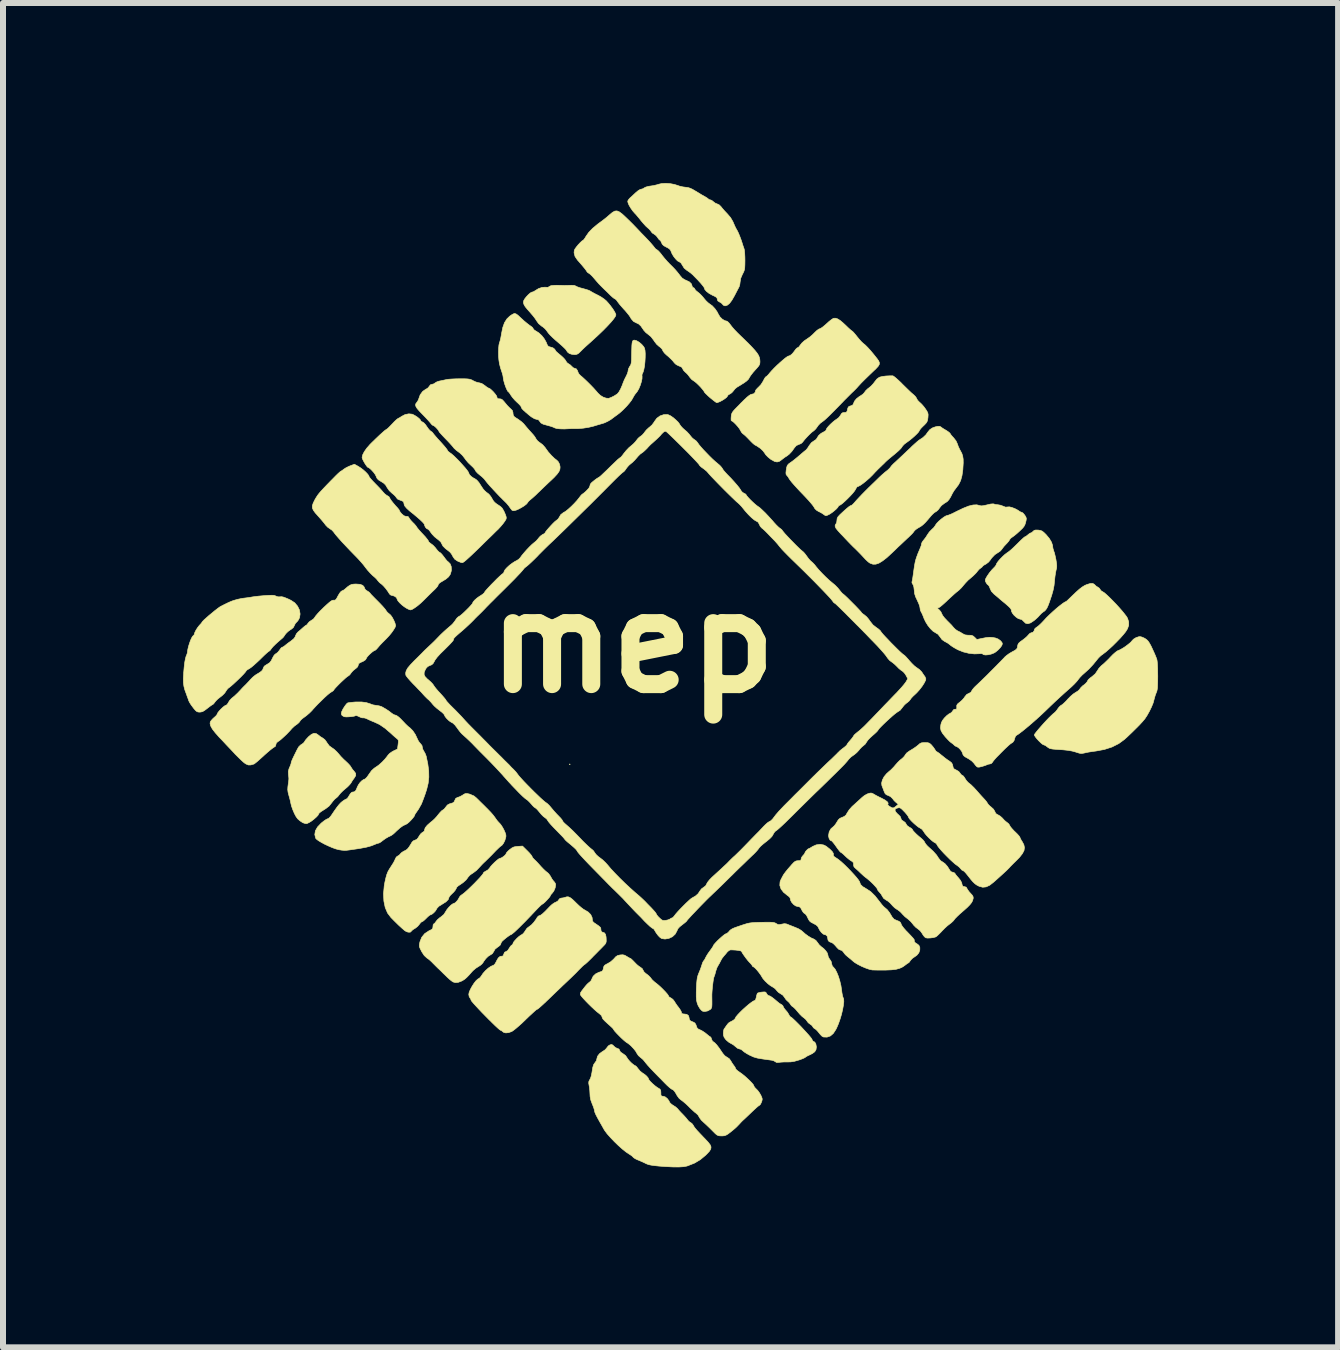
<source format=kicad_pcb>
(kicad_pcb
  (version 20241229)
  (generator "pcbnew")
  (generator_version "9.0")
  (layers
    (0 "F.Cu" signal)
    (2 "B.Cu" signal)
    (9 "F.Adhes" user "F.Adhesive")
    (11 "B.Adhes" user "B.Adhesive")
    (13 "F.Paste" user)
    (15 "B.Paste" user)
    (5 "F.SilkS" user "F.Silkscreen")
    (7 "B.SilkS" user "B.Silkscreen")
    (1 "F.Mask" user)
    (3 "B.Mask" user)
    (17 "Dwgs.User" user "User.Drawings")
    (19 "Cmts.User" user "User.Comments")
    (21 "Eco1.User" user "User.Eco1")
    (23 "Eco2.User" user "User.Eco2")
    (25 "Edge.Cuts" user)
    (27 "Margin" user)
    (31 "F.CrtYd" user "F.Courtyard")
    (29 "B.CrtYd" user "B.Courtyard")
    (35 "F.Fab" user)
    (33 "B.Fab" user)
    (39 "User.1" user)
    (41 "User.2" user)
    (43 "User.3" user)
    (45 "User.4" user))
  (footprint "mep"
    (layer "F.Cu")
    (at 7.491 7.659)
    (property "Reference" "mep" (at 0 0 0) (layer "F.SilkS") (effects (font (size 1.524 1.524) (thickness 0.3))))
    (attr through_hole)
    (fp_poly (pts (xy -1.041 2.026) (xy -1.048 2.032) (xy -1.054 2.026) (xy -1.048 2.019) (xy -1.041 2.026)) (stroke (width 0.01) (type solid)) (fill yes) (layer "F.SilkS"))
    (fp_poly (pts (xy -0.974 -5.954) (xy -0.943 -5.941) (xy -0.92 -5.929) (xy -0.88 -5.915) (xy -0.832 -5.902) (xy -0.828 -5.901) (xy -0.777 -5.887) (xy -0.731 -5.872) (xy -0.701 -5.857) (xy -0.701 -5.856) (xy -0.672 -5.839) (xy -0.63 -5.816) (xy -0.582 -5.792) (xy -0.579 -5.791) (xy -0.527 -5.762) (xy -0.476 -5.727) (xy -0.44 -5.697) (xy -0.402 -5.655) (xy -0.364 -5.607) (xy -0.328 -5.558) (xy -0.3 -5.513) (xy -0.283 -5.478) (xy -0.279 -5.462) (xy -0.289 -5.436) (xy -0.316 -5.396) (xy -0.359 -5.344) (xy -0.417 -5.281) (xy -0.486 -5.21) (xy -0.566 -5.133) (xy -0.655 -5.051) (xy -0.736 -4.978) (xy -0.782 -4.937) (xy -0.828 -4.894) (xy -0.865 -4.857) (xy -0.867 -4.855) (xy -0.9 -4.823) (xy -0.927 -4.807) (xy -0.956 -4.801) (xy -0.971 -4.801) (xy -1.014 -4.806) (xy -1.052 -4.818) (xy -1.056 -4.82) (xy -1.084 -4.842) (xy -1.099 -4.864) (xy -1.111 -4.883) (xy -1.139 -4.912) (xy -1.178 -4.949) (xy -1.211 -4.978) (xy -1.28 -5.037) (xy -1.333 -5.085) (xy -1.373 -5.124) (xy -1.403 -5.158) (xy -1.426 -5.189) (xy -1.43 -5.196) (xy -1.46 -5.232) (xy -1.5 -5.265) (xy -1.512 -5.272) (xy -1.567 -5.317) (xy -1.599 -5.362) (xy -1.625 -5.402) (xy -1.661 -5.449) (xy -1.7 -5.494) (xy -1.7 -5.495) (xy -1.754 -5.555) (xy -1.791 -5.601) (xy -1.812 -5.638) (xy -1.82 -5.668) (xy -1.817 -5.695) (xy -1.816 -5.697) (xy -1.799 -5.728) (xy -1.771 -5.764) (xy -1.738 -5.799) (xy -1.706 -5.827) (xy -1.681 -5.841) (xy -1.675 -5.842) (xy -1.651 -5.849) (xy -1.624 -5.866) (xy -1.569 -5.9) (xy -1.511 -5.92) (xy -1.459 -5.924) (xy -1.452 -5.923) (xy -1.411 -5.922) (xy -1.386 -5.936) (xy -1.372 -5.945) (xy -1.35 -5.951) (xy -1.318 -5.954) (xy -1.27 -5.956) (xy -1.203 -5.955) (xy -1.137 -5.953) (xy -1.091 -5.954) (xy -1.039 -5.955) (xy -1.026 -5.956) (xy -0.974 -5.954)) (stroke (width 0.01) (type solid)) (fill yes) (layer "F.SilkS"))
    (fp_poly (pts (xy -5.272 1.514) (xy -5.235 1.539) (xy -5.2 1.567) (xy -5.163 1.589) (xy -5.163 1.589) (xy -5.129 1.615) (xy -5.098 1.657) (xy -5.094 1.665) (xy -5.054 1.719) (xy -5.008 1.752) (xy -4.971 1.778) (xy -4.93 1.817) (xy -4.901 1.849) (xy -4.862 1.895) (xy -4.815 1.943) (xy -4.78 1.975) (xy -4.742 2.011) (xy -4.709 2.047) (xy -4.691 2.075) (xy -4.667 2.112) (xy -4.64 2.143) (xy -4.615 2.177) (xy -4.614 2.213) (xy -4.638 2.253) (xy -4.64 2.256) (xy -4.668 2.294) (xy -4.691 2.333) (xy -4.711 2.36) (xy -4.745 2.396) (xy -4.785 2.431) (xy -4.788 2.433) (xy -4.829 2.468) (xy -4.865 2.504) (xy -4.889 2.532) (xy -4.889 2.533) (xy -4.914 2.565) (xy -4.941 2.588) (xy -4.943 2.589) (xy -4.966 2.608) (xy -4.994 2.64) (xy -5.017 2.67) (xy -5.058 2.721) (xy -5.112 2.763) (xy -5.147 2.785) (xy -5.188 2.811) (xy -5.218 2.834) (xy -5.232 2.851) (xy -5.232 2.853) (xy -5.242 2.874) (xy -5.269 2.903) (xy -5.306 2.936) (xy -5.348 2.969) (xy -5.389 2.995) (xy -5.425 3.012) (xy -5.429 3.014) (xy -5.456 3.012) (xy -5.492 3) (xy -5.5 2.996) (xy -5.541 2.969) (xy -5.578 2.937) (xy -5.581 2.934) (xy -5.607 2.899) (xy -5.635 2.847) (xy -5.661 2.786) (xy -5.683 2.725) (xy -5.696 2.672) (xy -5.696 2.671) (xy -5.704 2.633) (xy -5.717 2.582) (xy -5.729 2.54) (xy -5.742 2.489) (xy -5.747 2.446) (xy -5.744 2.399) (xy -5.74 2.369) (xy -5.733 2.318) (xy -5.729 2.284) (xy -5.728 2.26) (xy -5.73 2.236) (xy -5.734 2.205) (xy -5.735 2.195) (xy -5.737 2.146) (xy -5.727 2.103) (xy -5.717 2.08) (xy -5.701 2.042) (xy -5.691 2.012) (xy -5.69 2.002) (xy -5.684 1.979) (xy -5.67 1.944) (xy -5.659 1.921) (xy -5.636 1.873) (xy -5.609 1.819) (xy -5.595 1.79) (xy -5.566 1.737) (xy -5.533 1.704) (xy -5.518 1.695) (xy -5.487 1.673) (xy -5.468 1.651) (xy -5.466 1.647) (xy -5.453 1.625) (xy -5.427 1.595) (xy -5.399 1.565) (xy -5.351 1.526) (xy -5.31 1.509) (xy -5.272 1.514)) (stroke (width 0.01) (type solid)) (fill yes) (layer "F.SilkS"))
    (fp_poly (pts (xy 6.754 -1.877) (xy 6.759 -1.877) (xy 6.794 -1.871) (xy 6.821 -1.861) (xy 6.849 -1.84) (xy 6.885 -1.805) (xy 6.888 -1.802) (xy 6.942 -1.737) (xy 6.979 -1.675) (xy 6.997 -1.62) (xy 6.998 -1.605) (xy 7.003 -1.572) (xy 7.015 -1.533) (xy 7.016 -1.529) (xy 7.028 -1.495) (xy 7.04 -1.445) (xy 7.052 -1.39) (xy 7.054 -1.377) (xy 7.063 -1.32) (xy 7.066 -1.279) (xy 7.064 -1.245) (xy 7.055 -1.21) (xy 7.055 -1.21) (xy 7.047 -1.169) (xy 7.038 -1.113) (xy 7.031 -1.051) (xy 7.029 -1.029) (xy 7.021 -0.952) (xy 7.006 -0.876) (xy 6.982 -0.791) (xy 6.97 -0.756) (xy 6.944 -0.678) (xy 6.922 -0.62) (xy 6.903 -0.579) (xy 6.884 -0.55) (xy 6.864 -0.529) (xy 6.843 -0.515) (xy 6.81 -0.489) (xy 6.779 -0.456) (xy 6.779 -0.456) (xy 6.753 -0.427) (xy 6.716 -0.393) (xy 6.686 -0.368) (xy 6.63 -0.331) (xy 6.585 -0.317) (xy 6.547 -0.325) (xy 6.516 -0.355) (xy 6.515 -0.356) (xy 6.484 -0.386) (xy 6.453 -0.394) (xy 6.424 -0.403) (xy 6.388 -0.428) (xy 6.353 -0.46) (xy 6.326 -0.495) (xy 6.312 -0.525) (xy 6.312 -0.529) (xy 6.308 -0.551) (xy 6.294 -0.574) (xy 6.266 -0.603) (xy 6.223 -0.641) (xy 6.198 -0.662) (xy 6.159 -0.694) (xy 6.123 -0.724) (xy 6.102 -0.743) (xy 6.075 -0.766) (xy 6.039 -0.796) (xy 6.022 -0.81) (xy 5.978 -0.856) (xy 5.956 -0.903) (xy 5.943 -0.936) (xy 5.928 -0.958) (xy 5.924 -0.961) (xy 5.906 -0.976) (xy 5.888 -1.004) (xy 5.887 -1.006) (xy 5.877 -1.028) (xy 5.876 -1.047) (xy 5.884 -1.07) (xy 5.904 -1.105) (xy 5.911 -1.116) (xy 5.944 -1.164) (xy 5.982 -1.211) (xy 6.006 -1.236) (xy 6.035 -1.266) (xy 6.054 -1.291) (xy 6.058 -1.302) (xy 6.067 -1.323) (xy 6.09 -1.356) (xy 6.123 -1.394) (xy 6.162 -1.434) (xy 6.2 -1.469) (xy 6.234 -1.495) (xy 6.24 -1.499) (xy 6.27 -1.52) (xy 6.312 -1.555) (xy 6.36 -1.6) (xy 6.409 -1.648) (xy 6.409 -1.648) (xy 6.453 -1.692) (xy 6.491 -1.728) (xy 6.52 -1.754) (xy 6.535 -1.765) (xy 6.536 -1.765) (xy 6.554 -1.773) (xy 6.579 -1.793) (xy 6.584 -1.797) (xy 6.61 -1.818) (xy 6.631 -1.829) (xy 6.634 -1.829) (xy 6.653 -1.838) (xy 6.672 -1.856) (xy 6.691 -1.872) (xy 6.715 -1.878) (xy 6.754 -1.877)) (stroke (width 0.01) (type solid)) (fill yes) (layer "F.SilkS"))
    (fp_poly (pts (xy 2.213 5.821) (xy 2.226 5.834) (xy 2.232 5.847) (xy 2.25 5.871) (xy 2.268 5.88) (xy 2.289 5.887) (xy 2.322 5.908) (xy 2.369 5.945) (xy 2.415 5.984) (xy 2.446 6.009) (xy 2.473 6.025) (xy 2.478 6.027) (xy 2.5 6.044) (xy 2.509 6.063) (xy 2.523 6.09) (xy 2.548 6.121) (xy 2.552 6.125) (xy 2.58 6.158) (xy 2.602 6.195) (xy 2.603 6.197) (xy 2.618 6.223) (xy 2.633 6.236) (xy 2.634 6.236) (xy 2.648 6.244) (xy 2.676 6.269) (xy 2.714 6.305) (xy 2.759 6.35) (xy 2.808 6.4) (xy 2.856 6.452) (xy 2.902 6.502) (xy 2.941 6.546) (xy 2.97 6.581) (xy 2.986 6.604) (xy 2.987 6.607) (xy 2.999 6.632) (xy 3.01 6.642) (xy 3.034 6.654) (xy 3.052 6.684) (xy 3.06 6.726) (xy 3.061 6.736) (xy 3.055 6.78) (xy 3.034 6.815) (xy 2.995 6.844) (xy 2.945 6.869) (xy 2.909 6.886) (xy 2.884 6.901) (xy 2.878 6.907) (xy 2.863 6.916) (xy 2.83 6.931) (xy 2.785 6.948) (xy 2.769 6.953) (xy 2.696 6.974) (xy 2.632 6.984) (xy 2.575 6.985) (xy 2.522 6.985) (xy 2.472 6.988) (xy 2.438 6.992) (xy 2.4 6.994) (xy 2.378 6.982) (xy 2.377 6.981) (xy 2.354 6.967) (xy 2.32 6.956) (xy 2.314 6.956) (xy 2.28 6.951) (xy 2.229 6.944) (xy 2.172 6.936) (xy 2.153 6.933) (xy 2.077 6.92) (xy 2.013 6.901) (xy 1.948 6.871) (xy 1.945 6.87) (xy 1.899 6.844) (xy 1.86 6.819) (xy 1.836 6.799) (xy 1.833 6.796) (xy 1.806 6.775) (xy 1.783 6.769) (xy 1.751 6.759) (xy 1.718 6.733) (xy 1.717 6.732) (xy 1.681 6.702) (xy 1.641 6.678) (xy 1.638 6.677) (xy 1.602 6.656) (xy 1.564 6.624) (xy 1.552 6.612) (xy 1.525 6.575) (xy 1.513 6.54) (xy 1.511 6.508) (xy 1.514 6.47) (xy 1.521 6.441) (xy 1.524 6.435) (xy 1.539 6.415) (xy 1.56 6.384) (xy 1.565 6.377) (xy 1.588 6.347) (xy 1.609 6.327) (xy 1.613 6.325) (xy 1.667 6.297) (xy 1.698 6.275) (xy 1.712 6.254) (xy 1.712 6.252) (xy 1.723 6.231) (xy 1.751 6.198) (xy 1.79 6.157) (xy 1.836 6.112) (xy 1.886 6.067) (xy 1.934 6.026) (xy 1.977 5.993) (xy 2.011 5.97) (xy 2.031 5.963) (xy 2.047 5.951) (xy 2.058 5.915) (xy 2.06 5.906) (xy 2.068 5.87) (xy 2.077 5.844) (xy 2.08 5.839) (xy 2.098 5.832) (xy 2.132 5.824) (xy 2.154 5.821) (xy 2.192 5.818) (xy 2.213 5.821)) (stroke (width 0.01) (type solid)) (fill yes) (layer "F.SilkS"))
    (fp_poly (pts (xy 8.484 -0.095) (xy 8.523 -0.078) (xy 8.542 -0.067) (xy 8.567 -0.049) (xy 8.589 -0.026) (xy 8.61 0.005) (xy 8.635 0.05) (xy 8.659 0.101) (xy 8.686 0.16) (xy 8.71 0.215) (xy 8.728 0.261) (xy 8.736 0.286) (xy 8.74 0.315) (xy 8.744 0.365) (xy 8.747 0.429) (xy 8.748 0.502) (xy 8.749 0.559) (xy 8.748 0.642) (xy 8.746 0.705) (xy 8.744 0.751) (xy 8.739 0.785) (xy 8.733 0.811) (xy 8.724 0.832) (xy 8.707 0.877) (xy 8.692 0.929) (xy 8.687 0.949) (xy 8.672 1.004) (xy 8.645 1.07) (xy 8.61 1.142) (xy 8.572 1.21) (xy 8.534 1.268) (xy 8.523 1.281) (xy 8.488 1.322) (xy 8.439 1.375) (xy 8.379 1.435) (xy 8.315 1.498) (xy 8.251 1.559) (xy 8.194 1.611) (xy 8.1 1.68) (xy 7.987 1.737) (xy 7.861 1.778) (xy 7.727 1.803) (xy 7.722 1.804) (xy 7.66 1.812) (xy 7.598 1.822) (xy 7.547 1.832) (xy 7.542 1.834) (xy 7.502 1.842) (xy 7.472 1.845) (xy 7.441 1.84) (xy 7.399 1.827) (xy 7.381 1.821) (xy 7.323 1.805) (xy 7.255 1.793) (xy 7.17 1.784) (xy 7.121 1.781) (xy 7.051 1.776) (xy 7.002 1.772) (xy 6.968 1.766) (xy 6.944 1.759) (xy 6.925 1.748) (xy 6.909 1.736) (xy 6.88 1.714) (xy 6.855 1.703) (xy 6.85 1.702) (xy 6.831 1.693) (xy 6.802 1.669) (xy 6.768 1.636) (xy 6.735 1.6) (xy 6.709 1.567) (xy 6.694 1.542) (xy 6.693 1.536) (xy 6.701 1.519) (xy 6.724 1.489) (xy 6.758 1.447) (xy 6.8 1.399) (xy 6.846 1.347) (xy 6.893 1.296) (xy 6.938 1.249) (xy 6.977 1.211) (xy 7.007 1.183) (xy 7.018 1.175) (xy 7.044 1.152) (xy 7.072 1.118) (xy 7.081 1.104) (xy 7.106 1.071) (xy 7.132 1.047) (xy 7.141 1.042) (xy 7.162 1.028) (xy 7.193 1) (xy 7.231 0.962) (xy 7.248 0.942) (xy 7.294 0.895) (xy 7.34 0.855) (xy 7.379 0.829) (xy 7.383 0.827) (xy 7.419 0.804) (xy 7.446 0.779) (xy 7.452 0.769) (xy 7.472 0.743) (xy 7.503 0.714) (xy 7.518 0.704) (xy 7.55 0.677) (xy 7.573 0.65) (xy 7.577 0.64) (xy 7.592 0.615) (xy 7.624 0.586) (xy 7.648 0.569) (xy 7.708 0.518) (xy 7.741 0.469) (xy 7.769 0.426) (xy 7.806 0.386) (xy 7.819 0.375) (xy 7.849 0.35) (xy 7.889 0.312) (xy 7.934 0.268) (xy 7.961 0.239) (xy 8.004 0.195) (xy 8.044 0.16) (xy 8.075 0.137) (xy 8.088 0.131) (xy 8.119 0.118) (xy 8.162 0.094) (xy 8.21 0.063) (xy 8.255 0.029) (xy 8.293 -0.002) (xy 8.315 -0.026) (xy 8.317 -0.029) (xy 8.345 -0.059) (xy 8.387 -0.085) (xy 8.433 -0.1) (xy 8.454 -0.102) (xy 8.484 -0.095)) (stroke (width 0.01) (type solid)) (fill yes) (layer "F.SilkS"))
    (fp_poly (pts (xy 5.118 -3.605) (xy 5.136 -3.595) (xy 5.151 -3.583) (xy 5.18 -3.564) (xy 5.214 -3.544) (xy 5.252 -3.52) (xy 5.281 -3.497) (xy 5.292 -3.483) (xy 5.306 -3.461) (xy 5.331 -3.432) (xy 5.348 -3.414) (xy 5.388 -3.363) (xy 5.411 -3.312) (xy 5.426 -3.269) (xy 5.45 -3.219) (xy 5.463 -3.195) (xy 5.485 -3.154) (xy 5.499 -3.11) (xy 5.507 -3.059) (xy 5.508 -2.996) (xy 5.503 -2.914) (xy 5.501 -2.88) (xy 5.487 -2.783) (xy 5.465 -2.703) (xy 5.431 -2.635) (xy 5.386 -2.575) (xy 5.357 -2.537) (xy 5.332 -2.496) (xy 5.328 -2.489) (xy 5.298 -2.429) (xy 5.272 -2.387) (xy 5.247 -2.358) (xy 5.218 -2.337) (xy 5.201 -2.328) (xy 5.145 -2.286) (xy 5.115 -2.248) (xy 5.09 -2.214) (xy 5.06 -2.188) (xy 5.051 -2.183) (xy 5.023 -2.165) (xy 4.99 -2.134) (xy 4.969 -2.111) (xy 4.917 -2.049) (xy 4.877 -2.004) (xy 4.844 -1.972) (xy 4.815 -1.948) (xy 4.787 -1.93) (xy 4.774 -1.923) (xy 4.734 -1.899) (xy 4.701 -1.872) (xy 4.69 -1.859) (xy 4.678 -1.842) (xy 4.663 -1.824) (xy 4.642 -1.802) (xy 4.612 -1.773) (xy 4.569 -1.733) (xy 4.515 -1.682) (xy 4.475 -1.644) (xy 4.423 -1.596) (xy 4.368 -1.542) (xy 4.318 -1.495) (xy 4.236 -1.419) (xy 4.165 -1.364) (xy 4.105 -1.327) (xy 4.052 -1.309) (xy 4.004 -1.308) (xy 3.959 -1.324) (xy 3.943 -1.333) (xy 3.916 -1.355) (xy 3.88 -1.389) (xy 3.843 -1.429) (xy 3.842 -1.43) (xy 3.799 -1.476) (xy 3.751 -1.525) (xy 3.715 -1.561) (xy 3.675 -1.599) (xy 3.635 -1.639) (xy 3.611 -1.664) (xy 3.585 -1.691) (xy 3.547 -1.731) (xy 3.503 -1.778) (xy 3.467 -1.815) (xy 3.42 -1.867) (xy 3.389 -1.905) (xy 3.375 -1.934) (xy 3.374 -1.957) (xy 3.385 -1.978) (xy 3.392 -1.987) (xy 3.4 -2.007) (xy 3.404 -2.04) (xy 3.404 -2.043) (xy 3.408 -2.073) (xy 3.423 -2.101) (xy 3.454 -2.134) (xy 3.459 -2.139) (xy 3.523 -2.198) (xy 3.571 -2.24) (xy 3.605 -2.268) (xy 3.627 -2.282) (xy 3.639 -2.286) (xy 3.656 -2.295) (xy 3.681 -2.319) (xy 3.698 -2.338) (xy 3.725 -2.369) (xy 3.765 -2.412) (xy 3.815 -2.465) (xy 3.873 -2.524) (xy 3.935 -2.586) (xy 3.999 -2.648) (xy 4.06 -2.707) (xy 4.115 -2.761) (xy 4.163 -2.805) (xy 4.199 -2.836) (xy 4.219 -2.852) (xy 4.254 -2.88) (xy 4.284 -2.909) (xy 4.289 -2.916) (xy 4.315 -2.95) (xy 4.343 -2.979) (xy 4.422 -3.052) (xy 4.486 -3.112) (xy 4.538 -3.161) (xy 4.582 -3.203) (xy 4.623 -3.241) (xy 4.658 -3.276) (xy 4.701 -3.315) (xy 4.739 -3.349) (xy 4.768 -3.373) (xy 4.779 -3.38) (xy 4.838 -3.419) (xy 4.887 -3.466) (xy 4.915 -3.506) (xy 4.951 -3.55) (xy 4.994 -3.579) (xy 5.04 -3.596) (xy 5.084 -3.606) (xy 5.118 -3.605)) (stroke (width 0.01) (type solid)) (fill yes) (layer "F.SilkS"))
    (fp_poly (pts (xy -0.33 6.704) (xy -0.314 6.721) (xy -0.285 6.746) (xy -0.255 6.759) (xy -0.254 6.759) (xy -0.227 6.771) (xy -0.218 6.792) (xy -0.202 6.82) (xy -0.163 6.846) (xy -0.118 6.879) (xy -0.095 6.913) (xy -0.079 6.938) (xy -0.051 6.971) (xy -0.018 7.004) (xy 0.015 7.031) (xy 0.04 7.047) (xy 0.047 7.049) (xy 0.06 7.059) (xy 0.08 7.083) (xy 0.092 7.099) (xy 0.122 7.135) (xy 0.156 7.163) (xy 0.166 7.17) (xy 0.201 7.193) (xy 0.234 7.222) (xy 0.258 7.251) (xy 0.266 7.272) (xy 0.276 7.289) (xy 0.3 7.316) (xy 0.334 7.349) (xy 0.371 7.381) (xy 0.406 7.408) (xy 0.43 7.422) (xy 0.455 7.438) (xy 0.467 7.458) (xy 0.47 7.491) (xy 0.47 7.5) (xy 0.471 7.535) (xy 0.478 7.551) (xy 0.494 7.556) (xy 0.507 7.556) (xy 0.542 7.567) (xy 0.577 7.595) (xy 0.605 7.633) (xy 0.615 7.656) (xy 0.63 7.675) (xy 0.66 7.699) (xy 0.676 7.709) (xy 0.715 7.734) (xy 0.747 7.762) (xy 0.755 7.772) (xy 0.778 7.799) (xy 0.811 7.834) (xy 0.832 7.855) (xy 0.867 7.892) (xy 0.899 7.929) (xy 0.912 7.946) (xy 0.937 7.975) (xy 0.962 7.993) (xy 0.966 7.995) (xy 0.988 8.011) (xy 1.01 8.04) (xy 1.011 8.043) (xy 1.024 8.065) (xy 1.044 8.092) (xy 1.074 8.127) (xy 1.116 8.172) (xy 1.172 8.231) (xy 1.208 8.268) (xy 1.259 8.323) (xy 1.292 8.366) (xy 1.306 8.402) (xy 1.301 8.437) (xy 1.278 8.474) (xy 1.236 8.519) (xy 1.216 8.539) (xy 1.127 8.613) (xy 1.031 8.67) (xy 0.92 8.714) (xy 0.902 8.72) (xy 0.847 8.73) (xy 0.769 8.735) (xy 0.669 8.734) (xy 0.547 8.728) (xy 0.438 8.72) (xy 0.363 8.712) (xy 0.307 8.704) (xy 0.265 8.695) (xy 0.23 8.682) (xy 0.21 8.672) (xy 0.159 8.648) (xy 0.106 8.625) (xy 0.085 8.617) (xy 0.046 8.599) (xy 0.017 8.58) (xy 0.008 8.571) (xy -0.012 8.551) (xy -0.045 8.528) (xy -0.06 8.519) (xy -0.112 8.484) (xy -0.173 8.435) (xy -0.239 8.376) (xy -0.306 8.311) (xy -0.369 8.245) (xy -0.424 8.183) (xy -0.465 8.128) (xy -0.481 8.102) (xy -0.502 8.064) (xy -0.528 8.018) (xy -0.538 8.001) (xy -0.581 7.924) (xy -0.611 7.867) (xy -0.629 7.826) (xy -0.635 7.801) (xy -0.635 7.8) (xy -0.64 7.776) (xy -0.652 7.738) (xy -0.67 7.692) (xy -0.673 7.686) (xy -0.698 7.618) (xy -0.709 7.559) (xy -0.711 7.52) (xy -0.714 7.464) (xy -0.72 7.407) (xy -0.725 7.38) (xy -0.732 7.339) (xy -0.73 7.311) (xy -0.719 7.287) (xy -0.716 7.283) (xy -0.702 7.256) (xy -0.69 7.219) (xy -0.679 7.165) (xy -0.667 7.092) (xy -0.665 7.078) (xy -0.65 7.029) (xy -0.627 6.996) (xy -0.604 6.964) (xy -0.597 6.934) (xy -0.585 6.89) (xy -0.552 6.847) (xy -0.503 6.811) (xy -0.495 6.807) (xy -0.46 6.783) (xy -0.433 6.754) (xy -0.429 6.747) (xy -0.405 6.717) (xy -0.377 6.7) (xy -0.35 6.694) (xy -0.33 6.704)) (stroke (width 0.01) (type solid)) (fill yes) (layer "F.SilkS"))
    (fp_poly (pts (xy -5.977 -0.789) (xy -5.956 -0.783) (xy -5.947 -0.778) (xy -5.909 -0.765) (xy -5.877 -0.765) (xy -5.852 -0.767) (xy -5.823 -0.762) (xy -5.787 -0.749) (xy -5.737 -0.728) (xy -5.692 -0.706) (xy -5.63 -0.665) (xy -5.583 -0.609) (xy -5.552 -0.546) (xy -5.541 -0.479) (xy -5.55 -0.419) (xy -5.568 -0.381) (xy -5.59 -0.352) (xy -5.597 -0.346) (xy -5.621 -0.32) (xy -5.636 -0.288) (xy -5.654 -0.253) (xy -5.692 -0.222) (xy -5.703 -0.216) (xy -5.743 -0.187) (xy -5.778 -0.152) (xy -5.788 -0.139) (xy -5.808 -0.109) (xy -5.823 -0.089) (xy -5.826 -0.086) (xy -5.839 -0.074) (xy -5.867 -0.05) (xy -5.904 -0.018) (xy -5.918 -0.006) (xy -5.959 0.032) (xy -5.995 0.068) (xy -6.019 0.097) (xy -6.022 0.102) (xy -6.041 0.128) (xy -6.056 0.14) (xy -6.057 0.14) (xy -6.07 0.148) (xy -6.098 0.172) (xy -6.136 0.207) (xy -6.181 0.251) (xy -6.203 0.273) (xy -6.255 0.322) (xy -6.305 0.367) (xy -6.348 0.404) (xy -6.38 0.427) (xy -6.388 0.432) (xy -6.418 0.449) (xy -6.437 0.464) (xy -6.439 0.468) (xy -6.448 0.483) (xy -6.472 0.511) (xy -6.507 0.548) (xy -6.551 0.592) (xy -6.598 0.637) (xy -6.644 0.68) (xy -6.687 0.718) (xy -6.723 0.747) (xy -6.741 0.76) (xy -6.757 0.778) (xy -6.777 0.807) (xy -6.78 0.814) (xy -6.803 0.845) (xy -6.839 0.88) (xy -6.871 0.905) (xy -6.911 0.936) (xy -6.944 0.969) (xy -6.961 0.99) (xy -6.98 1.016) (xy -6.994 1.028) (xy -6.995 1.029) (xy -7.01 1.036) (xy -7.038 1.056) (xy -7.075 1.084) (xy -7.085 1.092) (xy -7.13 1.126) (xy -7.163 1.146) (xy -7.193 1.154) (xy -7.214 1.156) (xy -7.241 1.154) (xy -7.262 1.146) (xy -7.284 1.128) (xy -7.312 1.095) (xy -7.325 1.078) (xy -7.356 1.036) (xy -7.381 0.997) (xy -7.395 0.969) (xy -7.396 0.967) (xy -7.406 0.937) (xy -7.422 0.894) (xy -7.435 0.857) (xy -7.461 0.787) (xy -7.477 0.725) (xy -7.485 0.664) (xy -7.486 0.596) (xy -7.481 0.512) (xy -7.481 0.502) (xy -7.472 0.402) (xy -7.463 0.326) (xy -7.452 0.268) (xy -7.441 0.227) (xy -7.432 0.207) (xy -7.42 0.172) (xy -7.417 0.149) (xy -7.412 0.113) (xy -7.401 0.065) (xy -7.385 0.013) (xy -7.367 -0.038) (xy -7.348 -0.08) (xy -7.332 -0.107) (xy -7.328 -0.111) (xy -7.308 -0.13) (xy -7.303 -0.144) (xy -7.295 -0.171) (xy -7.276 -0.209) (xy -7.25 -0.25) (xy -7.222 -0.286) (xy -7.212 -0.297) (xy -7.189 -0.322) (xy -7.176 -0.34) (xy -7.176 -0.342) (xy -7.166 -0.355) (xy -7.141 -0.381) (xy -7.104 -0.414) (xy -7.059 -0.454) (xy -7.01 -0.494) (xy -6.962 -0.534) (xy -6.919 -0.567) (xy -6.884 -0.593) (xy -6.865 -0.605) (xy -6.8 -0.638) (xy -6.751 -0.662) (xy -6.711 -0.68) (xy -6.675 -0.695) (xy -6.636 -0.708) (xy -6.579 -0.724) (xy -6.516 -0.737) (xy -6.483 -0.742) (xy -6.426 -0.749) (xy -6.365 -0.758) (xy -6.337 -0.763) (xy -6.295 -0.769) (xy -6.236 -0.776) (xy -6.17 -0.782) (xy -6.121 -0.786) (xy -6.055 -0.79) (xy -6.008 -0.791) (xy -5.977 -0.789)) (stroke (width 0.01) (type solid)) (fill yes) (layer "F.SilkS"))
    (fp_poly (pts (xy -2.751 2.514) (xy -2.716 2.522) (xy -2.644 2.553) (xy -2.605 2.585) (xy -2.573 2.616) (xy -2.532 2.657) (xy -2.489 2.699) (xy -2.481 2.707) (xy -2.414 2.774) (xy -2.363 2.827) (xy -2.325 2.871) (xy -2.296 2.909) (xy -2.282 2.93) (xy -2.254 2.968) (xy -2.225 3) (xy -2.218 3.006) (xy -2.196 3.032) (xy -2.169 3.073) (xy -2.145 3.117) (xy -2.123 3.167) (xy -2.112 3.203) (xy -2.112 3.234) (xy -2.114 3.241) (xy -2.129 3.294) (xy -2.152 3.341) (xy -2.178 3.375) (xy -2.191 3.384) (xy -2.211 3.399) (xy -2.242 3.428) (xy -2.28 3.465) (xy -2.299 3.485) (xy -2.345 3.533) (xy -2.393 3.581) (xy -2.435 3.622) (xy -2.444 3.631) (xy -2.481 3.666) (xy -2.514 3.699) (xy -2.533 3.72) (xy -2.602 3.793) (xy -2.666 3.841) (xy -2.679 3.848) (xy -2.715 3.875) (xy -2.745 3.909) (xy -2.747 3.914) (xy -2.777 3.953) (xy -2.824 3.995) (xy -2.881 4.035) (xy -2.904 4.049) (xy -2.93 4.073) (xy -2.941 4.097) (xy -2.955 4.122) (xy -2.982 4.155) (xy -3.005 4.177) (xy -3.035 4.206) (xy -3.055 4.232) (xy -3.061 4.244) (xy -3.073 4.279) (xy -3.11 4.316) (xy -3.17 4.354) (xy -3.174 4.357) (xy -3.229 4.391) (xy -3.26 4.424) (xy -3.265 4.434) (xy -3.284 4.466) (xy -3.313 4.498) (xy -3.344 4.523) (xy -3.369 4.534) (xy -3.371 4.534) (xy -3.387 4.543) (xy -3.414 4.566) (xy -3.439 4.591) (xy -3.47 4.621) (xy -3.496 4.642) (xy -3.51 4.648) (xy -3.527 4.658) (xy -3.548 4.683) (xy -3.554 4.692) (xy -3.583 4.726) (xy -3.621 4.756) (xy -3.63 4.761) (xy -3.662 4.781) (xy -3.684 4.801) (xy -3.687 4.806) (xy -3.706 4.823) (xy -3.742 4.822) (xy -3.772 4.812) (xy -3.799 4.795) (xy -3.842 4.758) (xy -3.902 4.703) (xy -3.978 4.628) (xy -4.028 4.577) (xy -4.084 4.503) (xy -4.123 4.411) (xy -4.145 4.304) (xy -4.151 4.183) (xy -4.139 4.051) (xy -4.128 3.989) (xy -4.112 3.918) (xy -4.097 3.864) (xy -4.079 3.818) (xy -4.054 3.773) (xy -4.02 3.72) (xy -4.013 3.709) (xy -3.986 3.667) (xy -3.965 3.627) (xy -3.955 3.603) (xy -3.938 3.571) (xy -3.917 3.556) (xy -3.886 3.536) (xy -3.871 3.518) (xy -3.849 3.496) (xy -3.815 3.474) (xy -3.801 3.468) (xy -3.773 3.453) (xy -3.749 3.433) (xy -3.726 3.404) (xy -3.698 3.36) (xy -3.675 3.321) (xy -3.653 3.3) (xy -3.626 3.289) (xy -3.597 3.277) (xy -3.573 3.248) (xy -3.56 3.226) (xy -3.534 3.187) (xy -3.506 3.162) (xy -3.498 3.158) (xy -3.473 3.14) (xy -3.467 3.116) (xy -3.456 3.083) (xy -3.423 3.042) (xy -3.368 2.993) (xy -3.336 2.968) (xy -3.303 2.938) (xy -3.265 2.897) (xy -3.239 2.864) (xy -3.209 2.828) (xy -3.182 2.8) (xy -3.164 2.788) (xy -3.141 2.772) (xy -3.118 2.744) (xy -3.113 2.737) (xy -3.087 2.704) (xy -3.05 2.684) (xy -3.031 2.679) (xy -2.994 2.667) (xy -2.974 2.65) (xy -2.963 2.625) (xy -2.947 2.593) (xy -2.918 2.578) (xy -2.914 2.577) (xy -2.88 2.565) (xy -2.84 2.544) (xy -2.83 2.537) (xy -2.801 2.519) (xy -2.778 2.512) (xy -2.751 2.514)) (stroke (width 0.01) (type solid)) (fill yes) (layer "F.SilkS"))
    (fp_poly (pts (xy 0.627 -7.649) (xy 0.696 -7.636) (xy 0.743 -7.621) (xy 0.784 -7.607) (xy 0.837 -7.595) (xy 0.875 -7.59) (xy 0.907 -7.586) (xy 0.934 -7.581) (xy 0.962 -7.571) (xy 0.995 -7.556) (xy 1.036 -7.532) (xy 1.093 -7.498) (xy 1.132 -7.474) (xy 1.155 -7.46) (xy 1.19 -7.441) (xy 1.204 -7.433) (xy 1.237 -7.413) (xy 1.259 -7.396) (xy 1.264 -7.392) (xy 1.282 -7.38) (xy 1.294 -7.379) (xy 1.318 -7.37) (xy 1.344 -7.349) (xy 1.345 -7.348) (xy 1.377 -7.324) (xy 1.409 -7.311) (xy 1.443 -7.295) (xy 1.474 -7.264) (xy 1.475 -7.262) (xy 1.498 -7.233) (xy 1.533 -7.193) (xy 1.572 -7.152) (xy 1.576 -7.148) (xy 1.631 -7.084) (xy 1.67 -7.017) (xy 1.682 -6.989) (xy 1.702 -6.943) (xy 1.72 -6.906) (xy 1.733 -6.884) (xy 1.733 -6.883) (xy 1.746 -6.861) (xy 1.765 -6.821) (xy 1.786 -6.769) (xy 1.807 -6.713) (xy 1.825 -6.659) (xy 1.828 -6.648) (xy 1.842 -6.605) (xy 1.856 -6.565) (xy 1.858 -6.56) (xy 1.863 -6.532) (xy 1.867 -6.486) (xy 1.87 -6.427) (xy 1.871 -6.369) (xy 1.87 -6.303) (xy 1.868 -6.256) (xy 1.864 -6.222) (xy 1.856 -6.194) (xy 1.843 -6.165) (xy 1.83 -6.141) (xy 1.801 -6.073) (xy 1.791 -6.015) (xy 1.791 -6.015) (xy 1.786 -5.973) (xy 1.776 -5.936) (xy 1.774 -5.931) (xy 1.761 -5.906) (xy 1.74 -5.866) (xy 1.714 -5.816) (xy 1.696 -5.781) (xy 1.653 -5.706) (xy 1.614 -5.654) (xy 1.577 -5.624) (xy 1.541 -5.613) (xy 1.538 -5.613) (xy 1.511 -5.624) (xy 1.5 -5.637) (xy 1.479 -5.659) (xy 1.448 -5.677) (xy 1.419 -5.696) (xy 1.41 -5.723) (xy 1.41 -5.723) (xy 1.406 -5.742) (xy 1.391 -5.758) (xy 1.36 -5.776) (xy 1.329 -5.79) (xy 1.274 -5.82) (xy 1.23 -5.854) (xy 1.202 -5.887) (xy 1.194 -5.912) (xy 1.185 -5.928) (xy 1.162 -5.958) (xy 1.126 -6) (xy 1.081 -6.049) (xy 1.029 -6.102) (xy 1.001 -6.131) (xy 0.961 -6.165) (xy 0.917 -6.196) (xy 0.908 -6.201) (xy 0.858 -6.242) (xy 0.832 -6.284) (xy 0.807 -6.325) (xy 0.78 -6.345) (xy 0.778 -6.346) (xy 0.748 -6.362) (xy 0.715 -6.396) (xy 0.682 -6.438) (xy 0.655 -6.484) (xy 0.645 -6.509) (xy 0.631 -6.541) (xy 0.61 -6.564) (xy 0.574 -6.586) (xy 0.562 -6.591) (xy 0.519 -6.615) (xy 0.494 -6.639) (xy 0.482 -6.664) (xy 0.469 -6.692) (xy 0.457 -6.705) (xy 0.456 -6.706) (xy 0.442 -6.716) (xy 0.423 -6.74) (xy 0.418 -6.749) (xy 0.391 -6.783) (xy 0.359 -6.807) (xy 0.355 -6.81) (xy 0.326 -6.828) (xy 0.31 -6.849) (xy 0.31 -6.849) (xy 0.296 -6.869) (xy 0.27 -6.897) (xy 0.252 -6.912) (xy 0.218 -6.943) (xy 0.179 -6.986) (xy 0.14 -7.032) (xy 0.137 -7.036) (xy 0.101 -7.081) (xy 0.066 -7.123) (xy 0.038 -7.154) (xy 0.035 -7.156) (xy -0.000164 -7.197) (xy -0.033 -7.244) (xy -0.06 -7.29) (xy -0.077 -7.33) (xy -0.082 -7.357) (xy -0.082 -7.359) (xy -0.067 -7.385) (xy -0.042 -7.413) (xy -0.04 -7.414) (xy -0.012 -7.439) (xy 0.024 -7.473) (xy 0.053 -7.5) (xy 0.09 -7.531) (xy 0.123 -7.551) (xy 0.141 -7.556) (xy 0.173 -7.565) (xy 0.194 -7.579) (xy 0.222 -7.593) (xy 0.268 -7.605) (xy 0.296 -7.609) (xy 0.35 -7.617) (xy 0.404 -7.63) (xy 0.432 -7.639) (xy 0.485 -7.651) (xy 0.554 -7.654) (xy 0.627 -7.649)) (stroke (width 0.01) (type solid)) (fill yes) (layer "F.SilkS"))
    (fp_poly (pts (xy -2.877 -4.398) (xy -2.808 -4.398) (xy -2.759 -4.396) (xy -2.724 -4.392) (xy -2.697 -4.385) (xy -2.673 -4.375) (xy -2.654 -4.364) (xy -2.613 -4.345) (xy -2.572 -4.333) (xy -2.557 -4.331) (xy -2.513 -4.319) (xy -2.464 -4.286) (xy -2.432 -4.261) (xy -2.407 -4.245) (xy -2.397 -4.242) (xy -2.377 -4.232) (xy -2.349 -4.208) (xy -2.317 -4.176) (xy -2.288 -4.141) (xy -2.267 -4.111) (xy -2.261 -4.093) (xy -2.256 -4.073) (xy -2.238 -4.065) (xy -2.219 -4.064) (xy -2.194 -4.061) (xy -2.172 -4.049) (xy -2.147 -4.023) (xy -2.123 -3.994) (xy -2.089 -3.953) (xy -2.055 -3.918) (xy -2.031 -3.896) (xy -2.004 -3.869) (xy -1.994 -3.834) (xy -1.994 -3.823) (xy -1.988 -3.786) (xy -1.968 -3.762) (xy -1.964 -3.759) (xy -1.899 -3.717) (xy -1.853 -3.683) (xy -1.819 -3.652) (xy -1.797 -3.626) (xy -1.767 -3.59) (xy -1.731 -3.548) (xy -1.712 -3.527) (xy -1.673 -3.484) (xy -1.646 -3.453) (xy -1.628 -3.428) (xy -1.613 -3.403) (xy -1.607 -3.392) (xy -1.582 -3.361) (xy -1.547 -3.333) (xy -1.539 -3.329) (xy -1.498 -3.297) (xy -1.456 -3.249) (xy -1.448 -3.237) (xy -1.406 -3.179) (xy -1.355 -3.121) (xy -1.303 -3.071) (xy -1.263 -3.04) (xy -1.239 -3.015) (xy -1.22 -2.978) (xy -1.217 -2.97) (xy -1.209 -2.929) (xy -1.212 -2.891) (xy -1.228 -2.851) (xy -1.26 -2.807) (xy -1.308 -2.755) (xy -1.355 -2.71) (xy -1.414 -2.655) (xy -1.478 -2.594) (xy -1.538 -2.536) (xy -1.577 -2.499) (xy -1.621 -2.456) (xy -1.662 -2.419) (xy -1.695 -2.391) (xy -1.71 -2.379) (xy -1.737 -2.354) (xy -1.753 -2.33) (xy -1.77 -2.31) (xy -1.803 -2.284) (xy -1.847 -2.256) (xy -1.894 -2.23) (xy -1.939 -2.21) (xy -1.967 -2.202) (xy -1.991 -2.2) (xy -2.01 -2.208) (xy -2.03 -2.232) (xy -2.041 -2.248) (xy -2.07 -2.288) (xy -2.102 -2.326) (xy -2.113 -2.337) (xy -2.163 -2.386) (xy -2.218 -2.441) (xy -2.274 -2.5) (xy -2.328 -2.558) (xy -2.377 -2.611) (xy -2.416 -2.656) (xy -2.443 -2.689) (xy -2.451 -2.701) (xy -2.474 -2.73) (xy -2.51 -2.765) (xy -2.544 -2.792) (xy -2.581 -2.823) (xy -2.609 -2.852) (xy -2.622 -2.873) (xy -2.635 -2.896) (xy -2.663 -2.927) (xy -2.697 -2.959) (xy -2.739 -2.999) (xy -2.778 -3.045) (xy -2.801 -3.077) (xy -2.838 -3.124) (xy -2.885 -3.167) (xy -2.899 -3.177) (xy -2.939 -3.207) (xy -2.974 -3.239) (xy -2.987 -3.256) (xy -3.008 -3.281) (xy -3.041 -3.318) (xy -3.083 -3.363) (xy -3.121 -3.402) (xy -3.162 -3.445) (xy -3.195 -3.481) (xy -3.218 -3.507) (xy -3.226 -3.519) (xy -3.234 -3.537) (xy -3.256 -3.564) (xy -3.282 -3.591) (xy -3.307 -3.612) (xy -3.322 -3.619) (xy -3.341 -3.629) (xy -3.36 -3.651) (xy -3.377 -3.672) (xy -3.407 -3.706) (xy -3.447 -3.749) (xy -3.493 -3.797) (xy -3.5 -3.804) (xy -3.554 -3.86) (xy -3.591 -3.903) (xy -3.611 -3.936) (xy -3.618 -3.962) (xy -3.612 -3.984) (xy -3.595 -4.006) (xy -3.574 -4.038) (xy -3.564 -4.064) (xy -3.54 -4.131) (xy -3.499 -4.187) (xy -3.445 -4.225) (xy -3.433 -4.23) (xy -3.405 -4.25) (xy -3.389 -4.273) (xy -3.366 -4.3) (xy -3.344 -4.305) (xy -3.312 -4.314) (xy -3.291 -4.329) (xy -3.263 -4.346) (xy -3.225 -4.359) (xy -3.218 -4.36) (xy -3.175 -4.369) (xy -3.124 -4.38) (xy -3.105 -4.384) (xy -3.068 -4.39) (xy -3.012 -4.394) (xy -2.946 -4.397) (xy -2.877 -4.398) (xy -2.877 -4.398)) (stroke (width 0.01) (type solid)) (fill yes) (layer "F.SilkS"))
    (fp_poly (pts (xy -1.067 4.235) (xy -1.038 4.249) (xy -1.003 4.276) (xy -0.956 4.321) (xy -0.94 4.337) (xy -0.895 4.38) (xy -0.852 4.417) (xy -0.817 4.443) (xy -0.8 4.452) (xy -0.741 4.487) (xy -0.699 4.529) (xy -0.676 4.577) (xy -0.673 4.6) (xy -0.671 4.627) (xy -0.662 4.647) (xy -0.642 4.666) (xy -0.604 4.692) (xy -0.603 4.692) (xy -0.567 4.717) (xy -0.541 4.74) (xy -0.532 4.753) (xy -0.529 4.779) (xy -0.528 4.794) (xy -0.516 4.817) (xy -0.499 4.824) (xy -0.47 4.834) (xy -0.452 4.859) (xy -0.443 4.901) (xy -0.441 4.933) (xy -0.44 4.974) (xy -0.446 5.002) (xy -0.462 5.027) (xy -0.492 5.058) (xy -0.521 5.088) (xy -0.563 5.13) (xy -0.612 5.18) (xy -0.663 5.231) (xy -0.667 5.236) (xy -0.712 5.281) (xy -0.751 5.319) (xy -0.781 5.346) (xy -0.797 5.359) (xy -0.799 5.359) (xy -0.811 5.368) (xy -0.837 5.391) (xy -0.872 5.426) (xy -0.903 5.457) (xy -0.948 5.504) (xy -0.993 5.548) (xy -1.031 5.585) (xy -1.047 5.6) (xy -1.071 5.623) (xy -1.11 5.66) (xy -1.16 5.707) (xy -1.217 5.762) (xy -1.277 5.819) (xy -1.282 5.824) (xy -1.367 5.906) (xy -1.436 5.972) (xy -1.49 6.023) (xy -1.531 6.06) (xy -1.561 6.086) (xy -1.581 6.102) (xy -1.593 6.108) (xy -1.596 6.109) (xy -1.608 6.117) (xy -1.636 6.141) (xy -1.675 6.177) (xy -1.724 6.222) (xy -1.779 6.275) (xy -1.784 6.28) (xy -1.842 6.336) (xy -1.898 6.386) (xy -1.948 6.429) (xy -1.988 6.46) (xy -2.013 6.477) (xy -2.066 6.496) (xy -2.113 6.501) (xy -2.149 6.492) (xy -2.159 6.484) (xy -2.183 6.465) (xy -2.201 6.457) (xy -2.218 6.446) (xy -2.249 6.419) (xy -2.291 6.38) (xy -2.341 6.331) (xy -2.397 6.276) (xy -2.454 6.218) (xy -2.512 6.159) (xy -2.566 6.102) (xy -2.614 6.05) (xy -2.653 6.007) (xy -2.68 5.975) (xy -2.692 5.956) (xy -2.692 5.955) (xy -2.701 5.93) (xy -2.711 5.918) (xy -2.724 5.895) (xy -2.73 5.861) (xy -2.73 5.856) (xy -2.723 5.821) (xy -2.703 5.775) (xy -2.675 5.724) (xy -2.643 5.674) (xy -2.611 5.633) (xy -2.582 5.606) (xy -2.573 5.601) (xy -2.544 5.581) (xy -2.523 5.554) (xy -2.493 5.509) (xy -2.452 5.463) (xy -2.406 5.422) (xy -2.363 5.393) (xy -2.346 5.385) (xy -2.315 5.372) (xy -2.294 5.351) (xy -2.274 5.316) (xy -2.268 5.302) (xy -2.239 5.252) (xy -2.208 5.226) (xy -2.173 5.222) (xy -2.171 5.222) (xy -2.157 5.214) (xy -2.147 5.188) (xy -2.134 5.157) (xy -2.111 5.146) (xy -2.083 5.13) (xy -2.058 5.093) (xy -2.038 5.061) (xy -2.019 5.04) (xy -2.013 5.038) (xy -1.996 5.021) (xy -1.994 5.011) (xy -1.985 4.99) (xy -1.961 4.96) (xy -1.929 4.926) (xy -1.895 4.895) (xy -1.863 4.872) (xy -1.849 4.865) (xy -1.823 4.846) (xy -1.798 4.813) (xy -1.791 4.801) (xy -1.761 4.758) (xy -1.725 4.73) (xy -1.724 4.729) (xy -1.687 4.702) (xy -1.646 4.658) (xy -1.606 4.603) (xy -1.59 4.576) (xy -1.57 4.554) (xy -1.552 4.547) (xy -1.532 4.539) (xy -1.501 4.516) (xy -1.457 4.475) (xy -1.4 4.416) (xy -1.375 4.39) (xy -1.34 4.358) (xy -1.305 4.334) (xy -1.285 4.325) (xy -1.25 4.307) (xy -1.234 4.286) (xy -1.211 4.26) (xy -1.189 4.255) (xy -1.153 4.25) (xy -1.122 4.241) (xy -1.094 4.233) (xy -1.067 4.235)) (stroke (width 0.01) (type solid)) (fill yes) (layer "F.SilkS"))
    (fp_poly (pts (xy -4.574 -2.94) (xy -4.532 -2.913) (xy -4.488 -2.88) (xy -4.448 -2.844) (xy -4.416 -2.81) (xy -4.397 -2.784) (xy -4.394 -2.774) (xy -4.386 -2.758) (xy -4.362 -2.728) (xy -4.328 -2.691) (xy -4.295 -2.657) (xy -4.25 -2.611) (xy -4.208 -2.567) (xy -4.175 -2.53) (xy -4.16 -2.512) (xy -4.13 -2.48) (xy -4.097 -2.455) (xy -4.088 -2.45) (xy -4.062 -2.435) (xy -4.051 -2.418) (xy -4.051 -2.418) (xy -4.043 -2.401) (xy -4.022 -2.369) (xy -3.991 -2.33) (xy -3.954 -2.286) (xy -3.915 -2.244) (xy -3.912 -2.24) (xy -3.893 -2.217) (xy -3.886 -2.201) (xy -3.878 -2.185) (xy -3.858 -2.159) (xy -3.845 -2.145) (xy -3.811 -2.116) (xy -3.781 -2.106) (xy -3.77 -2.106) (xy -3.742 -2.103) (xy -3.728 -2.084) (xy -3.714 -2.061) (xy -3.688 -2.03) (xy -3.669 -2.01) (xy -3.636 -1.977) (xy -3.609 -1.945) (xy -3.6 -1.93) (xy -3.584 -1.908) (xy -3.555 -1.873) (xy -3.517 -1.831) (xy -3.493 -1.806) (xy -3.455 -1.765) (xy -3.426 -1.729) (xy -3.407 -1.704) (xy -3.404 -1.694) (xy -3.394 -1.677) (xy -3.368 -1.655) (xy -3.359 -1.649) (xy -3.324 -1.622) (xy -3.289 -1.585) (xy -3.276 -1.568) (xy -3.25 -1.535) (xy -3.226 -1.512) (xy -3.215 -1.506) (xy -3.196 -1.492) (xy -3.17 -1.463) (xy -3.143 -1.428) (xy -3.115 -1.39) (xy -3.088 -1.359) (xy -3.07 -1.345) (xy -3.041 -1.315) (xy -3.023 -1.27) (xy -3.02 -1.215) (xy -3.022 -1.196) (xy -3.038 -1.141) (xy -3.067 -1.098) (xy -3.112 -1.06) (xy -3.16 -1.031) (xy -3.21 -1.001) (xy -3.235 -0.977) (xy -3.239 -0.966) (xy -3.247 -0.946) (xy -3.271 -0.916) (xy -3.303 -0.882) (xy -3.305 -0.881) (xy -3.343 -0.845) (xy -3.391 -0.798) (xy -3.442 -0.747) (xy -3.473 -0.716) (xy -3.528 -0.663) (xy -3.582 -0.617) (xy -3.632 -0.581) (xy -3.673 -0.556) (xy -3.702 -0.547) (xy -3.703 -0.547) (xy -3.721 -0.552) (xy -3.751 -0.566) (xy -3.766 -0.574) (xy -3.805 -0.599) (xy -3.846 -0.631) (xy -3.883 -0.666) (xy -3.911 -0.699) (xy -3.924 -0.723) (xy -3.924 -0.726) (xy -3.935 -0.751) (xy -3.963 -0.773) (xy -3.997 -0.786) (xy -4.009 -0.787) (xy -4.038 -0.798) (xy -4.054 -0.817) (xy -4.081 -0.859) (xy -4.114 -0.904) (xy -4.149 -0.944) (xy -4.178 -0.972) (xy -4.189 -0.98) (xy -4.217 -1.002) (xy -4.244 -1.032) (xy -4.246 -1.035) (xy -4.271 -1.066) (xy -4.297 -1.09) (xy -4.298 -1.092) (xy -4.332 -1.12) (xy -4.373 -1.161) (xy -4.416 -1.209) (xy -4.453 -1.255) (xy -4.468 -1.276) (xy -4.49 -1.304) (xy -4.525 -1.345) (xy -4.569 -1.394) (xy -4.618 -1.445) (xy -4.629 -1.456) (xy -4.707 -1.536) (xy -4.779 -1.612) (xy -4.845 -1.682) (xy -4.9 -1.744) (xy -4.944 -1.795) (xy -4.973 -1.832) (xy -4.981 -1.844) (xy -5.009 -1.875) (xy -5.044 -1.899) (xy -5.045 -1.9) (xy -5.08 -1.924) (xy -5.113 -1.958) (xy -5.119 -1.966) (xy -5.141 -1.995) (xy -5.175 -2.036) (xy -5.215 -2.082) (xy -5.24 -2.11) (xy -5.289 -2.165) (xy -5.32 -2.208) (xy -5.336 -2.245) (xy -5.337 -2.282) (xy -5.324 -2.322) (xy -5.302 -2.369) (xy -5.284 -2.402) (xy -5.266 -2.431) (xy -5.247 -2.46) (xy -5.222 -2.492) (xy -5.19 -2.529) (xy -5.148 -2.574) (xy -5.095 -2.63) (xy -5.027 -2.7) (xy -4.992 -2.735) (xy -4.948 -2.78) (xy -4.909 -2.818) (xy -4.88 -2.844) (xy -4.864 -2.857) (xy -4.863 -2.857) (xy -4.848 -2.865) (xy -4.823 -2.883) (xy -4.816 -2.889) (xy -4.783 -2.911) (xy -4.738 -2.934) (xy -4.708 -2.947) (xy -4.636 -2.974) (xy -4.574 -2.94)) (stroke (width 0.01) (type solid)) (fill yes) (layer "F.SilkS"))
    (fp_poly (pts (xy 3.184 3.37) (xy 3.225 3.391) (xy 3.285 3.439) (xy 3.324 3.478) (xy 3.343 3.508) (xy 3.344 3.528) (xy 3.344 3.547) (xy 3.358 3.564) (xy 3.39 3.586) (xy 3.398 3.59) (xy 3.433 3.615) (xy 3.478 3.652) (xy 3.529 3.699) (xy 3.583 3.752) (xy 3.636 3.807) (xy 3.686 3.861) (xy 3.729 3.91) (xy 3.762 3.952) (xy 3.781 3.982) (xy 3.785 3.994) (xy 3.797 4.028) (xy 3.834 4.064) (xy 3.895 4.101) (xy 3.897 4.102) (xy 3.967 4.148) (xy 4.039 4.219) (xy 4.114 4.314) (xy 4.116 4.317) (xy 4.148 4.359) (xy 4.18 4.395) (xy 4.205 4.417) (xy 4.208 4.419) (xy 4.242 4.448) (xy 4.28 4.497) (xy 4.317 4.559) (xy 4.324 4.571) (xy 4.356 4.607) (xy 4.391 4.623) (xy 4.434 4.64) (xy 4.459 4.657) (xy 4.472 4.682) (xy 4.476 4.696) (xy 4.489 4.718) (xy 4.515 4.753) (xy 4.552 4.795) (xy 4.592 4.836) (xy 4.633 4.879) (xy 4.666 4.915) (xy 4.687 4.941) (xy 4.693 4.953) (xy 4.691 4.976) (xy 4.71 5) (xy 4.738 5.017) (xy 4.77 5.042) (xy 4.785 5.079) (xy 4.784 5.122) (xy 4.768 5.167) (xy 4.736 5.206) (xy 4.7 5.232) (xy 4.663 5.257) (xy 4.633 5.288) (xy 4.627 5.296) (xy 4.61 5.321) (xy 4.597 5.334) (xy 4.596 5.334) (xy 4.581 5.341) (xy 4.556 5.36) (xy 4.547 5.367) (xy 4.501 5.4) (xy 4.45 5.424) (xy 4.389 5.441) (xy 4.314 5.45) (xy 4.219 5.454) (xy 4.204 5.454) (xy 4.136 5.454) (xy 4.074 5.454) (xy 4.023 5.453) (xy 3.991 5.452) (xy 3.988 5.451) (xy 3.942 5.441) (xy 3.882 5.42) (xy 3.818 5.393) (xy 3.755 5.361) (xy 3.703 5.33) (xy 3.677 5.31) (xy 3.636 5.274) (xy 3.593 5.239) (xy 3.578 5.227) (xy 3.545 5.198) (xy 3.52 5.167) (xy 3.515 5.158) (xy 3.488 5.128) (xy 3.465 5.121) (xy 3.43 5.105) (xy 3.392 5.065) (xy 3.389 5.06) (xy 3.359 5.027) (xy 3.33 5.003) (xy 3.315 4.996) (xy 3.274 4.98) (xy 3.255 4.955) (xy 3.251 4.929) (xy 3.242 4.89) (xy 3.219 4.868) (xy 3.2 4.864) (xy 3.175 4.854) (xy 3.145 4.827) (xy 3.118 4.792) (xy 3.098 4.754) (xy 3.098 4.753) (xy 3.083 4.725) (xy 3.055 4.701) (xy 3.014 4.679) (xy 2.972 4.657) (xy 2.946 4.635) (xy 2.927 4.604) (xy 2.918 4.584) (xy 2.899 4.546) (xy 2.878 4.52) (xy 2.868 4.514) (xy 2.847 4.498) (xy 2.826 4.468) (xy 2.822 4.46) (xy 2.802 4.421) (xy 2.782 4.402) (xy 2.757 4.395) (xy 2.745 4.394) (xy 2.714 4.384) (xy 2.679 4.358) (xy 2.649 4.324) (xy 2.631 4.289) (xy 2.629 4.275) (xy 2.621 4.247) (xy 2.595 4.221) (xy 2.581 4.212) (xy 2.515 4.159) (xy 2.472 4.103) (xy 2.452 4.043) (xy 2.456 3.983) (xy 2.47 3.948) (xy 2.49 3.909) (xy 2.509 3.874) (xy 2.51 3.872) (xy 2.525 3.849) (xy 2.553 3.812) (xy 2.589 3.768) (xy 2.617 3.736) (xy 2.657 3.69) (xy 2.686 3.66) (xy 2.708 3.643) (xy 2.728 3.635) (xy 2.75 3.632) (xy 2.757 3.632) (xy 2.789 3.63) (xy 2.803 3.622) (xy 2.807 3.603) (xy 2.816 3.574) (xy 2.838 3.546) (xy 2.838 3.546) (xy 2.86 3.522) (xy 2.87 3.502) (xy 2.87 3.501) (xy 2.879 3.482) (xy 2.899 3.458) (xy 2.922 3.437) (xy 2.938 3.429) (xy 2.953 3.423) (xy 2.981 3.406) (xy 2.998 3.395) (xy 3.058 3.368) (xy 3.123 3.359) (xy 3.184 3.37)) (stroke (width 0.01) (type solid)) (fill yes) (layer "F.SilkS"))
    (fp_poly (pts (xy -1.756 3.466) (xy -1.72 3.503) (xy -1.693 3.535) (xy -1.678 3.557) (xy -1.676 3.562) (xy -1.667 3.581) (xy -1.645 3.605) (xy -1.641 3.609) (xy -1.617 3.632) (xy -1.582 3.668) (xy -1.544 3.71) (xy -1.533 3.723) (xy -1.495 3.763) (xy -1.46 3.797) (xy -1.433 3.82) (xy -1.427 3.824) (xy -1.402 3.845) (xy -1.376 3.88) (xy -1.365 3.899) (xy -1.343 3.938) (xy -1.319 3.97) (xy -1.309 3.98) (xy -1.289 4.008) (xy -1.283 4.032) (xy -1.291 4.084) (xy -1.313 4.136) (xy -1.342 4.175) (xy -1.363 4.198) (xy -1.372 4.216) (xy -1.372 4.216) (xy -1.38 4.232) (xy -1.402 4.258) (xy -1.431 4.29) (xy -1.461 4.321) (xy -1.488 4.345) (xy -1.505 4.356) (xy -1.506 4.356) (xy -1.519 4.365) (xy -1.545 4.389) (xy -1.581 4.425) (xy -1.622 4.468) (xy -1.626 4.472) (xy -1.711 4.562) (xy -1.79 4.644) (xy -1.861 4.715) (xy -1.921 4.774) (xy -1.97 4.82) (xy -2.006 4.85) (xy -2.027 4.864) (xy -2.029 4.864) (xy -2.046 4.872) (xy -2.075 4.892) (xy -2.111 4.919) (xy -2.148 4.95) (xy -2.175 4.974) (xy -2.192 5) (xy -2.197 5.018) (xy -2.208 5.039) (xy -2.236 5.063) (xy -2.248 5.07) (xy -2.294 5.107) (xy -2.312 5.141) (xy -2.338 5.181) (xy -2.367 5.199) (xy -2.408 5.225) (xy -2.449 5.266) (xy -2.483 5.312) (xy -2.493 5.33) (xy -2.511 5.352) (xy -2.543 5.379) (xy -2.571 5.396) (xy -2.617 5.426) (xy -2.66 5.463) (xy -2.678 5.482) (xy -2.728 5.539) (xy -2.767 5.579) (xy -2.801 5.608) (xy -2.834 5.629) (xy -2.852 5.638) (xy -2.908 5.659) (xy -2.956 5.662) (xy -2.992 5.652) (xy -3.013 5.638) (xy -3.046 5.612) (xy -3.086 5.576) (xy -3.108 5.554) (xy -3.154 5.51) (xy -3.198 5.466) (xy -3.235 5.431) (xy -3.247 5.42) (xy -3.286 5.381) (xy -3.327 5.34) (xy -3.34 5.326) (xy -3.377 5.291) (xy -3.418 5.259) (xy -3.43 5.251) (xy -3.473 5.211) (xy -3.515 5.147) (xy -3.518 5.14) (xy -3.54 5.097) (xy -3.552 5.067) (xy -3.554 5.041) (xy -3.55 5.01) (xy -3.544 4.983) (xy -3.515 4.909) (xy -3.465 4.847) (xy -3.394 4.8) (xy -3.379 4.793) (xy -3.346 4.776) (xy -3.331 4.759) (xy -3.327 4.732) (xy -3.327 4.728) (xy -3.324 4.7) (xy -3.316 4.686) (xy -3.315 4.686) (xy -3.3 4.676) (xy -3.281 4.652) (xy -3.277 4.645) (xy -3.251 4.613) (xy -3.213 4.581) (xy -3.198 4.571) (xy -3.145 4.527) (xy -3.116 4.481) (xy -3.093 4.444) (xy -3.061 4.406) (xy -3.027 4.372) (xy -2.996 4.35) (xy -2.978 4.343) (xy -2.958 4.334) (xy -2.933 4.31) (xy -2.908 4.279) (xy -2.892 4.25) (xy -2.89 4.245) (xy -2.873 4.22) (xy -2.844 4.197) (xy -2.841 4.195) (xy -2.818 4.179) (xy -2.783 4.149) (xy -2.74 4.11) (xy -2.691 4.063) (xy -2.641 4.014) (xy -2.593 3.964) (xy -2.55 3.919) (xy -2.517 3.881) (xy -2.495 3.854) (xy -2.489 3.842) (xy -2.479 3.825) (xy -2.452 3.808) (xy -2.446 3.805) (xy -2.412 3.785) (xy -2.388 3.759) (xy -2.386 3.757) (xy -2.367 3.73) (xy -2.337 3.696) (xy -2.301 3.66) (xy -2.265 3.628) (xy -2.235 3.604) (xy -2.215 3.594) (xy -2.214 3.594) (xy -2.19 3.586) (xy -2.159 3.567) (xy -2.13 3.544) (xy -2.111 3.522) (xy -2.108 3.512) (xy -2.099 3.496) (xy -2.075 3.47) (xy -2.049 3.447) (xy -2.01 3.418) (xy -1.976 3.402) (xy -1.934 3.395) (xy -1.912 3.393) (xy -1.835 3.388) (xy -1.756 3.466)) (stroke (width 0.01) (type solid)) (fill yes) (layer "F.SilkS"))
    (fp_poly (pts (xy 3.415 -5.396) (xy 3.457 -5.37) (xy 3.509 -5.326) (xy 3.549 -5.289) (xy 3.589 -5.25) (xy 3.623 -5.219) (xy 3.647 -5.199) (xy 3.655 -5.194) (xy 3.667 -5.185) (xy 3.69 -5.16) (xy 3.721 -5.123) (xy 3.74 -5.099) (xy 3.777 -5.054) (xy 3.812 -5.015) (xy 3.841 -4.988) (xy 3.85 -4.981) (xy 3.877 -4.959) (xy 3.916 -4.92) (xy 3.963 -4.868) (xy 4.015 -4.806) (xy 4.068 -4.739) (xy 4.073 -4.733) (xy 4.099 -4.696) (xy 4.111 -4.666) (xy 4.109 -4.637) (xy 4.09 -4.605) (xy 4.053 -4.565) (xy 4.016 -4.53) (xy 3.944 -4.461) (xy 3.873 -4.392) (xy 3.81 -4.329) (xy 3.76 -4.275) (xy 3.746 -4.259) (xy 3.72 -4.231) (xy 3.683 -4.194) (xy 3.651 -4.164) (xy 3.623 -4.136) (xy 3.581 -4.094) (xy 3.529 -4.042) (xy 3.471 -3.982) (xy 3.41 -3.919) (xy 3.397 -3.906) (xy 3.338 -3.846) (xy 3.282 -3.79) (xy 3.233 -3.743) (xy 3.193 -3.707) (xy 3.166 -3.686) (xy 3.161 -3.683) (xy 3.126 -3.657) (xy 3.091 -3.62) (xy 3.079 -3.602) (xy 3.052 -3.565) (xy 3.023 -3.536) (xy 3.01 -3.526) (xy 2.983 -3.506) (xy 2.946 -3.471) (xy 2.906 -3.43) (xy 2.868 -3.388) (xy 2.839 -3.352) (xy 2.832 -3.342) (xy 2.805 -3.318) (xy 2.769 -3.304) (xy 2.727 -3.285) (xy 2.697 -3.251) (xy 2.653 -3.189) (xy 2.608 -3.141) (xy 2.569 -3.111) (xy 2.567 -3.11) (xy 2.537 -3.091) (xy 2.501 -3.064) (xy 2.486 -3.052) (xy 2.445 -3.022) (xy 2.406 -3.012) (xy 2.364 -3.021) (xy 2.313 -3.049) (xy 2.299 -3.058) (xy 2.255 -3.094) (xy 2.218 -3.132) (xy 2.203 -3.155) (xy 2.172 -3.197) (xy 2.126 -3.24) (xy 2.073 -3.276) (xy 2.051 -3.288) (xy 2.036 -3.296) (xy 2.02 -3.308) (xy 1.997 -3.328) (xy 1.965 -3.36) (xy 1.92 -3.407) (xy 1.911 -3.416) (xy 1.879 -3.448) (xy 1.851 -3.472) (xy 1.837 -3.482) (xy 1.817 -3.502) (xy 1.798 -3.534) (xy 1.797 -3.536) (xy 1.78 -3.566) (xy 1.752 -3.602) (xy 1.72 -3.638) (xy 1.688 -3.67) (xy 1.662 -3.691) (xy 1.65 -3.696) (xy 1.641 -3.705) (xy 1.64 -3.734) (xy 1.642 -3.766) (xy 1.645 -3.793) (xy 1.65 -3.814) (xy 1.66 -3.835) (xy 1.676 -3.859) (xy 1.703 -3.889) (xy 1.742 -3.929) (xy 1.796 -3.984) (xy 1.8 -3.989) (xy 1.861 -4.049) (xy 1.908 -4.093) (xy 1.943 -4.121) (xy 1.968 -4.136) (xy 1.982 -4.14) (xy 2.02 -4.149) (xy 2.042 -4.175) (xy 2.045 -4.193) (xy 2.054 -4.213) (xy 2.078 -4.24) (xy 2.096 -4.257) (xy 2.138 -4.301) (xy 2.173 -4.356) (xy 2.178 -4.366) (xy 2.197 -4.402) (xy 2.213 -4.426) (xy 2.222 -4.432) (xy 2.236 -4.442) (xy 2.26 -4.466) (xy 2.288 -4.5) (xy 2.289 -4.501) (xy 2.319 -4.535) (xy 2.359 -4.577) (xy 2.405 -4.622) (xy 2.454 -4.667) (xy 2.501 -4.708) (xy 2.543 -4.743) (xy 2.575 -4.766) (xy 2.593 -4.775) (xy 2.594 -4.775) (xy 2.625 -4.786) (xy 2.661 -4.816) (xy 2.696 -4.86) (xy 2.699 -4.865) (xy 2.722 -4.895) (xy 2.742 -4.913) (xy 2.748 -4.915) (xy 2.766 -4.925) (xy 2.786 -4.95) (xy 2.792 -4.959) (xy 2.819 -4.993) (xy 2.856 -5.027) (xy 2.871 -5.038) (xy 2.92 -5.071) (xy 2.956 -5.097) (xy 2.984 -5.121) (xy 3.014 -5.149) (xy 3.037 -5.172) (xy 3.07 -5.203) (xy 3.101 -5.225) (xy 3.119 -5.232) (xy 3.139 -5.241) (xy 3.17 -5.263) (xy 3.21 -5.296) (xy 3.231 -5.315) (xy 3.273 -5.353) (xy 3.311 -5.383) (xy 3.34 -5.402) (xy 3.349 -5.406) (xy 3.381 -5.407) (xy 3.415 -5.396)) (stroke (width 0.01) (type solid)) (fill yes) (layer "F.SilkS"))
    (fp_poly (pts (xy -3.673 -3.808) (xy -3.665 -3.805) (xy -3.627 -3.785) (xy -3.588 -3.76) (xy -3.555 -3.733) (xy -3.535 -3.71) (xy -3.531 -3.7) (xy -3.52 -3.686) (xy -3.502 -3.678) (xy -3.48 -3.664) (xy -3.451 -3.633) (xy -3.429 -3.601) (xy -3.403 -3.564) (xy -3.378 -3.536) (xy -3.362 -3.524) (xy -3.338 -3.507) (xy -3.327 -3.493) (xy -3.314 -3.475) (xy -3.287 -3.443) (xy -3.251 -3.401) (xy -3.207 -3.353) (xy -3.2 -3.346) (xy -3.158 -3.299) (xy -3.123 -3.258) (xy -3.098 -3.226) (xy -3.086 -3.208) (xy -3.086 -3.206) (xy -3.076 -3.19) (xy -3.051 -3.17) (xy -3.044 -3.165) (xy -3.015 -3.144) (xy -2.976 -3.11) (xy -2.931 -3.066) (xy -2.883 -3.017) (xy -2.837 -2.966) (xy -2.794 -2.918) (xy -2.76 -2.876) (xy -2.738 -2.844) (xy -2.731 -2.827) (xy -2.72 -2.801) (xy -2.692 -2.772) (xy -2.653 -2.745) (xy -2.632 -2.735) (xy -2.598 -2.711) (xy -2.565 -2.674) (xy -2.558 -2.664) (xy -2.519 -2.603) (xy -2.489 -2.559) (xy -2.462 -2.529) (xy -2.436 -2.506) (xy -2.426 -2.499) (xy -2.402 -2.481) (xy -2.381 -2.459) (xy -2.359 -2.429) (xy -2.332 -2.383) (xy -2.319 -2.362) (xy -2.298 -2.338) (xy -2.263 -2.31) (xy -2.238 -2.294) (xy -2.201 -2.269) (xy -2.174 -2.242) (xy -2.151 -2.204) (xy -2.136 -2.174) (xy -2.116 -2.125) (xy -2.106 -2.092) (xy -2.107 -2.068) (xy -2.109 -2.06) (xy -2.127 -2.029) (xy -2.158 -1.986) (xy -2.197 -1.939) (xy -2.24 -1.892) (xy -2.258 -1.875) (xy -2.281 -1.853) (xy -2.318 -1.816) (xy -2.365 -1.77) (xy -2.418 -1.719) (xy -2.455 -1.683) (xy -2.549 -1.59) (xy -2.627 -1.515) (xy -2.691 -1.454) (xy -2.741 -1.408) (xy -2.779 -1.374) (xy -2.807 -1.351) (xy -2.827 -1.338) (xy -2.839 -1.334) (xy -2.841 -1.334) (xy -2.865 -1.339) (xy -2.901 -1.354) (xy -2.92 -1.362) (xy -2.964 -1.392) (xy -2.992 -1.431) (xy -2.998 -1.443) (xy -3.02 -1.482) (xy -3.047 -1.513) (xy -3.054 -1.519) (xy -3.118 -1.568) (xy -3.16 -1.61) (xy -3.179 -1.645) (xy -3.18 -1.648) (xy -3.198 -1.681) (xy -3.24 -1.718) (xy -3.256 -1.73) (xy -3.3 -1.765) (xy -3.34 -1.807) (xy -3.361 -1.835) (xy -3.384 -1.867) (xy -3.403 -1.888) (xy -3.411 -1.892) (xy -3.433 -1.903) (xy -3.454 -1.927) (xy -3.466 -1.954) (xy -3.467 -1.961) (xy -3.471 -1.974) (xy -3.484 -1.993) (xy -3.509 -2.019) (xy -3.546 -2.054) (xy -3.599 -2.1) (xy -3.669 -2.158) (xy -3.712 -2.192) (xy -3.762 -2.237) (xy -3.794 -2.274) (xy -3.805 -2.296) (xy -3.812 -2.327) (xy -3.817 -2.346) (xy -3.831 -2.358) (xy -3.861 -2.371) (xy -3.873 -2.375) (xy -3.917 -2.394) (xy -3.936 -2.417) (xy -3.952 -2.44) (xy -3.982 -2.469) (xy -4.007 -2.489) (xy -4.055 -2.534) (xy -4.091 -2.585) (xy -4.094 -2.591) (xy -4.118 -2.631) (xy -4.152 -2.662) (xy -4.191 -2.686) (xy -4.233 -2.712) (xy -4.257 -2.736) (xy -4.271 -2.764) (xy -4.273 -2.771) (xy -4.287 -2.8) (xy -4.312 -2.835) (xy -4.343 -2.87) (xy -4.374 -2.9) (xy -4.399 -2.918) (xy -4.409 -2.921) (xy -4.422 -2.931) (xy -4.442 -2.958) (xy -4.465 -2.993) (xy -4.486 -3.031) (xy -4.502 -3.064) (xy -4.508 -3.087) (xy -4.508 -3.087) (xy -4.499 -3.129) (xy -4.472 -3.182) (xy -4.43 -3.242) (xy -4.376 -3.304) (xy -4.35 -3.33) (xy -4.273 -3.405) (xy -4.212 -3.463) (xy -4.165 -3.505) (xy -4.132 -3.534) (xy -4.11 -3.55) (xy -4.102 -3.555) (xy -4.084 -3.567) (xy -4.056 -3.594) (xy -4.021 -3.63) (xy -4.007 -3.645) (xy -3.97 -3.684) (xy -3.937 -3.715) (xy -3.913 -3.734) (xy -3.908 -3.737) (xy -3.88 -3.751) (xy -3.85 -3.771) (xy -3.791 -3.802) (xy -3.729 -3.814) (xy -3.673 -3.808)) (stroke (width 0.01) (type solid)) (fill yes) (layer "F.SilkS"))
    (fp_poly (pts (xy 4.336 -4.447) (xy 4.353 -4.437) (xy 4.383 -4.413) (xy 4.424 -4.377) (xy 4.472 -4.332) (xy 4.497 -4.306) (xy 4.549 -4.255) (xy 4.598 -4.207) (xy 4.64 -4.167) (xy 4.671 -4.14) (xy 4.68 -4.133) (xy 4.709 -4.105) (xy 4.729 -4.076) (xy 4.732 -4.068) (xy 4.747 -4.041) (xy 4.775 -4.012) (xy 4.784 -4.004) (xy 4.815 -3.975) (xy 4.85 -3.935) (xy 4.878 -3.897) (xy 4.904 -3.857) (xy 4.918 -3.828) (xy 4.923 -3.8) (xy 4.921 -3.765) (xy 4.92 -3.75) (xy 4.914 -3.71) (xy 4.904 -3.681) (xy 4.886 -3.655) (xy 4.854 -3.622) (xy 4.843 -3.612) (xy 4.81 -3.579) (xy 4.786 -3.55) (xy 4.775 -3.532) (xy 4.775 -3.531) (xy 4.766 -3.514) (xy 4.741 -3.486) (xy 4.705 -3.451) (xy 4.663 -3.413) (xy 4.619 -3.377) (xy 4.579 -3.347) (xy 4.564 -3.337) (xy 4.528 -3.31) (xy 4.498 -3.279) (xy 4.49 -3.267) (xy 4.478 -3.248) (xy 4.459 -3.227) (xy 4.432 -3.2) (xy 4.393 -3.166) (xy 4.338 -3.12) (xy 4.305 -3.093) (xy 4.266 -3.061) (xy 4.231 -3.03) (xy 4.21 -3.01) (xy 4.188 -2.987) (xy 4.154 -2.955) (xy 4.122 -2.924) (xy 4.087 -2.89) (xy 4.058 -2.86) (xy 4.041 -2.843) (xy 3.995 -2.793) (xy 3.943 -2.742) (xy 3.889 -2.695) (xy 3.838 -2.654) (xy 3.795 -2.624) (xy 3.762 -2.606) (xy 3.75 -2.603) (xy 3.735 -2.593) (xy 3.719 -2.566) (xy 3.715 -2.557) (xy 3.698 -2.53) (xy 3.668 -2.492) (xy 3.628 -2.448) (xy 3.583 -2.402) (xy 3.538 -2.359) (xy 3.498 -2.323) (xy 3.466 -2.299) (xy 3.453 -2.292) (xy 3.433 -2.282) (xy 3.429 -2.275) (xy 3.419 -2.257) (xy 3.395 -2.23) (xy 3.36 -2.199) (xy 3.322 -2.169) (xy 3.286 -2.145) (xy 3.277 -2.14) (xy 3.242 -2.123) (xy 3.221 -2.117) (xy 3.205 -2.122) (xy 3.187 -2.135) (xy 3.155 -2.157) (xy 3.115 -2.179) (xy 3.103 -2.184) (xy 3.067 -2.205) (xy 3.04 -2.23) (xy 3.034 -2.238) (xy 3.019 -2.264) (xy 2.997 -2.295) (xy 2.966 -2.332) (xy 2.925 -2.379) (xy 2.871 -2.437) (xy 2.801 -2.51) (xy 2.792 -2.519) (xy 2.739 -2.576) (xy 2.691 -2.629) (xy 2.65 -2.676) (xy 2.622 -2.712) (xy 2.609 -2.731) (xy 2.59 -2.763) (xy 2.571 -2.786) (xy 2.568 -2.789) (xy 2.557 -2.804) (xy 2.554 -2.83) (xy 2.558 -2.871) (xy 2.566 -2.921) (xy 2.577 -2.954) (xy 2.597 -2.978) (xy 2.631 -3.003) (xy 2.639 -3.008) (xy 2.672 -3.032) (xy 2.716 -3.067) (xy 2.763 -3.106) (xy 2.779 -3.12) (xy 2.82 -3.155) (xy 2.855 -3.185) (xy 2.879 -3.204) (xy 2.886 -3.209) (xy 2.901 -3.225) (xy 2.924 -3.256) (xy 2.939 -3.281) (xy 2.978 -3.333) (xy 3.018 -3.361) (xy 3.058 -3.388) (xy 3.075 -3.415) (xy 3.099 -3.453) (xy 3.14 -3.489) (xy 3.19 -3.516) (xy 3.194 -3.518) (xy 3.218 -3.534) (xy 3.226 -3.552) (xy 3.235 -3.572) (xy 3.259 -3.602) (xy 3.293 -3.638) (xy 3.332 -3.674) (xy 3.37 -3.705) (xy 3.402 -3.727) (xy 3.402 -3.727) (xy 3.436 -3.753) (xy 3.462 -3.788) (xy 3.464 -3.792) (xy 3.482 -3.821) (xy 3.503 -3.834) (xy 3.526 -3.835) (xy 3.557 -3.839) (xy 3.571 -3.854) (xy 3.576 -3.87) (xy 3.585 -3.909) (xy 3.596 -3.93) (xy 3.614 -3.941) (xy 3.635 -3.947) (xy 3.667 -3.961) (xy 3.68 -3.985) (xy 3.681 -3.989) (xy 3.697 -4.026) (xy 3.73 -4.066) (xy 3.776 -4.102) (xy 3.8 -4.116) (xy 3.836 -4.141) (xy 3.863 -4.17) (xy 3.866 -4.176) (xy 3.888 -4.205) (xy 3.922 -4.236) (xy 3.936 -4.246) (xy 3.972 -4.276) (xy 4.01 -4.317) (xy 4.031 -4.345) (xy 4.069 -4.393) (xy 4.107 -4.421) (xy 4.122 -4.427) (xy 4.164 -4.437) (xy 4.221 -4.444) (xy 4.283 -4.447) (xy 4.336 -4.447)) (stroke (width 0.01) (type solid)) (fill yes) (layer "F.SilkS"))
    (fp_poly (pts (xy -4.436 0.998) (xy -4.364 1.021) (xy -4.35 1.028) (xy -4.322 1.036) (xy -4.281 1.043) (xy -4.266 1.045) (xy -4.223 1.052) (xy -4.185 1.064) (xy -4.177 1.068) (xy -4.111 1.106) (xy -4.061 1.139) (xy -4.021 1.17) (xy -4.019 1.172) (xy -3.987 1.194) (xy -3.958 1.206) (xy -3.952 1.206) (xy -3.929 1.216) (xy -3.896 1.24) (xy -3.864 1.27) (xy -3.817 1.319) (xy -3.784 1.354) (xy -3.759 1.378) (xy -3.74 1.396) (xy -3.722 1.41) (xy -3.708 1.421) (xy -3.663 1.467) (xy -3.621 1.529) (xy -3.588 1.599) (xy -3.587 1.603) (xy -3.567 1.642) (xy -3.542 1.674) (xy -3.537 1.679) (xy -3.51 1.713) (xy -3.505 1.739) (xy -3.497 1.774) (xy -3.478 1.809) (xy -3.478 1.809) (xy -3.457 1.846) (xy -3.441 1.888) (xy -3.44 1.89) (xy -3.413 2.02) (xy -3.398 2.135) (xy -3.396 2.24) (xy -3.407 2.341) (xy -3.432 2.444) (xy -3.457 2.521) (xy -3.478 2.579) (xy -3.497 2.63) (xy -3.512 2.668) (xy -3.519 2.686) (xy -3.568 2.773) (xy -3.604 2.825) (xy -3.623 2.852) (xy -3.632 2.871) (xy -3.632 2.873) (xy -3.641 2.893) (xy -3.664 2.923) (xy -3.695 2.958) (xy -3.728 2.991) (xy -3.759 3.016) (xy -3.781 3.028) (xy -3.824 3.047) (xy -3.875 3.083) (xy -3.936 3.138) (xy -3.949 3.151) (xy -3.984 3.184) (xy -4.017 3.208) (xy -4.037 3.219) (xy -4.072 3.235) (xy -4.118 3.262) (xy -4.165 3.296) (xy -4.189 3.315) (xy -4.216 3.333) (xy -4.237 3.34) (xy -4.261 3.346) (xy -4.293 3.359) (xy -4.295 3.36) (xy -4.355 3.384) (xy -4.439 3.407) (xy -4.545 3.427) (xy -4.604 3.436) (xy -4.662 3.444) (xy -4.715 3.452) (xy -4.755 3.457) (xy -4.769 3.459) (xy -4.801 3.46) (xy -4.848 3.456) (xy -4.892 3.449) (xy -4.943 3.436) (xy -5.002 3.415) (xy -5.067 3.387) (xy -5.131 3.357) (xy -5.19 3.325) (xy -5.238 3.296) (xy -5.271 3.27) (xy -5.282 3.256) (xy -5.296 3.196) (xy -5.286 3.133) (xy -5.25 3.07) (xy -5.19 3.007) (xy -5.184 3.002) (xy -5.144 2.97) (xy -5.109 2.946) (xy -5.085 2.934) (xy -5.081 2.934) (xy -5.061 2.923) (xy -5.035 2.896) (xy -5.018 2.873) (xy -4.967 2.797) (xy -4.926 2.74) (xy -4.892 2.697) (xy -4.863 2.666) (xy -4.835 2.642) (xy -4.833 2.641) (xy -4.801 2.619) (xy -4.776 2.606) (xy -4.768 2.603) (xy -4.754 2.593) (xy -4.735 2.567) (xy -4.723 2.546) (xy -4.701 2.512) (xy -4.68 2.492) (xy -4.671 2.489) (xy -4.638 2.484) (xy -4.614 2.464) (xy -4.595 2.424) (xy -4.591 2.412) (xy -4.57 2.369) (xy -4.541 2.328) (xy -4.507 2.295) (xy -4.476 2.276) (xy -4.464 2.273) (xy -4.449 2.263) (xy -4.425 2.237) (xy -4.398 2.199) (xy -4.394 2.192) (xy -4.35 2.131) (xy -4.305 2.09) (xy -4.282 2.075) (xy -4.233 2.041) (xy -4.178 1.992) (xy -4.126 1.938) (xy -4.084 1.885) (xy -4.076 1.873) (xy -4.05 1.845) (xy -4.01 1.817) (xy -3.985 1.803) (xy -3.918 1.771) (xy -3.908 1.695) (xy -3.903 1.652) (xy -3.904 1.627) (xy -3.913 1.61) (xy -3.931 1.595) (xy -3.932 1.594) (xy -3.96 1.571) (xy -3.996 1.539) (xy -4.026 1.511) (xy -4.123 1.427) (xy -4.216 1.363) (xy -4.299 1.324) (xy -4.348 1.304) (xy -4.396 1.283) (xy -4.422 1.27) (xy -4.456 1.256) (xy -4.482 1.251) (xy -4.487 1.252) (xy -4.509 1.251) (xy -4.542 1.239) (xy -4.554 1.233) (xy -4.585 1.219) (xy -4.608 1.213) (xy -4.613 1.214) (xy -4.638 1.223) (xy -4.679 1.23) (xy -4.727 1.234) (xy -4.771 1.236) (xy -4.802 1.233) (xy -4.807 1.232) (xy -4.841 1.213) (xy -4.854 1.187) (xy -4.849 1.152) (xy -4.825 1.102) (xy -4.818 1.091) (xy -4.792 1.051) (xy -4.768 1.02) (xy -4.751 1.004) (xy -4.751 1.004) (xy -4.73 0.999) (xy -4.69 0.994) (xy -4.639 0.989) (xy -4.612 0.987) (xy -4.516 0.987) (xy -4.436 0.998)) (stroke (width 0.01) (type solid)) (fill yes) (layer "F.SilkS"))
    (fp_poly (pts (xy 7.696 -0.97) (xy 7.699 -0.966) (xy 7.724 -0.942) (xy 7.75 -0.926) (xy 7.776 -0.908) (xy 7.789 -0.888) (xy 7.805 -0.866) (xy 7.831 -0.85) (xy 7.857 -0.834) (xy 7.894 -0.802) (xy 7.941 -0.758) (xy 7.994 -0.705) (xy 8.05 -0.647) (xy 8.104 -0.588) (xy 8.155 -0.53) (xy 8.197 -0.478) (xy 8.229 -0.436) (xy 8.245 -0.409) (xy 8.265 -0.347) (xy 8.265 -0.291) (xy 8.245 -0.233) (xy 8.214 -0.183) (xy 8.176 -0.136) (xy 8.125 -0.078) (xy 8.065 -0.016) (xy 8.002 0.047) (xy 7.94 0.104) (xy 7.885 0.152) (xy 7.844 0.183) (xy 7.802 0.214) (xy 7.765 0.249) (xy 7.748 0.269) (xy 7.676 0.358) (xy 7.599 0.441) (xy 7.53 0.503) (xy 7.488 0.54) (xy 7.449 0.581) (xy 7.423 0.614) (xy 7.399 0.645) (xy 7.361 0.686) (xy 7.316 0.73) (xy 7.287 0.756) (xy 7.213 0.821) (xy 7.127 0.899) (xy 7.037 0.982) (xy 6.95 1.065) (xy 6.884 1.129) (xy 6.826 1.184) (xy 6.762 1.243) (xy 6.695 1.303) (xy 6.627 1.362) (xy 6.562 1.417) (xy 6.503 1.465) (xy 6.454 1.503) (xy 6.417 1.53) (xy 6.398 1.54) (xy 6.379 1.558) (xy 6.369 1.584) (xy 6.355 1.63) (xy 6.334 1.659) (xy 6.316 1.67) (xy 6.294 1.685) (xy 6.262 1.712) (xy 6.226 1.746) (xy 6.225 1.746) (xy 6.192 1.778) (xy 6.165 1.805) (xy 6.139 1.831) (xy 6.107 1.864) (xy 6.063 1.908) (xy 6.057 1.915) (xy 6.027 1.948) (xy 6.003 1.979) (xy 5.996 1.991) (xy 5.975 2.013) (xy 5.955 2.019) (xy 5.922 2.025) (xy 5.908 2.031) (xy 5.884 2.041) (xy 5.846 2.054) (xy 5.821 2.061) (xy 5.778 2.072) (xy 5.751 2.073) (xy 5.736 2.066) (xy 5.716 2.046) (xy 5.692 2.015) (xy 5.687 2.008) (xy 5.656 1.975) (xy 5.609 1.941) (xy 5.582 1.925) (xy 5.539 1.901) (xy 5.515 1.881) (xy 5.502 1.86) (xy 5.498 1.844) (xy 5.484 1.812) (xy 5.458 1.777) (xy 5.427 1.747) (xy 5.399 1.73) (xy 5.39 1.728) (xy 5.371 1.718) (xy 5.358 1.706) (xy 5.334 1.684) (xy 5.307 1.665) (xy 5.284 1.646) (xy 5.251 1.613) (xy 5.214 1.573) (xy 5.203 1.56) (xy 5.161 1.506) (xy 5.137 1.461) (xy 5.129 1.417) (xy 5.135 1.366) (xy 5.144 1.332) (xy 5.162 1.295) (xy 5.194 1.254) (xy 5.234 1.214) (xy 5.272 1.185) (xy 5.292 1.176) (xy 5.316 1.159) (xy 5.332 1.136) (xy 5.352 1.112) (xy 5.375 1.108) (xy 5.394 1.107) (xy 5.401 1.093) (xy 5.4 1.071) (xy 5.4 1.044) (xy 5.411 1.023) (xy 5.438 1) (xy 5.45 0.991) (xy 5.489 0.957) (xy 5.523 0.918) (xy 5.533 0.902) (xy 5.567 0.861) (xy 5.6 0.845) (xy 5.635 0.826) (xy 5.649 0.802) (xy 5.665 0.777) (xy 5.694 0.743) (xy 5.727 0.711) (xy 5.755 0.685) (xy 5.797 0.645) (xy 5.85 0.593) (xy 5.91 0.535) (xy 5.972 0.472) (xy 6.035 0.409) (xy 6.093 0.35) (xy 6.144 0.298) (xy 6.184 0.257) (xy 6.202 0.237) (xy 6.232 0.211) (xy 6.275 0.18) (xy 6.323 0.152) (xy 6.366 0.129) (xy 6.392 0.11) (xy 6.406 0.092) (xy 6.412 0.069) (xy 6.413 0.058) (xy 6.42 0.029) (xy 6.433 0.007) (xy 6.458 -0.016) (xy 6.493 -0.041) (xy 6.535 -0.073) (xy 6.571 -0.105) (xy 6.592 -0.128) (xy 6.615 -0.153) (xy 6.638 -0.165) (xy 6.64 -0.165) (xy 6.672 -0.176) (xy 6.691 -0.203) (xy 6.693 -0.216) (xy 6.703 -0.236) (xy 6.728 -0.257) (xy 6.734 -0.26) (xy 6.761 -0.28) (xy 6.798 -0.314) (xy 6.838 -0.355) (xy 6.852 -0.37) (xy 6.893 -0.415) (xy 6.943 -0.464) (xy 6.998 -0.515) (xy 7.054 -0.565) (xy 7.108 -0.61) (xy 7.156 -0.647) (xy 7.193 -0.673) (xy 7.217 -0.685) (xy 7.221 -0.686) (xy 7.232 -0.694) (xy 7.257 -0.717) (xy 7.291 -0.75) (xy 7.32 -0.778) (xy 7.388 -0.843) (xy 7.444 -0.893) (xy 7.49 -0.928) (xy 7.532 -0.954) (xy 7.566 -0.969) (xy 7.625 -0.987) (xy 7.668 -0.987) (xy 7.696 -0.97)) (stroke (width 0.01) (type solid)) (fill yes) (layer "F.SilkS"))
    (fp_poly (pts (xy -1.942 -5.478) (xy -1.912 -5.457) (xy -1.899 -5.445) (xy -1.856 -5.405) (xy -1.809 -5.362) (xy -1.762 -5.323) (xy -1.722 -5.292) (xy -1.695 -5.273) (xy -1.693 -5.272) (xy -1.668 -5.252) (xy -1.658 -5.234) (xy -1.641 -5.212) (xy -1.615 -5.195) (xy -1.565 -5.164) (xy -1.514 -5.117) (xy -1.47 -5.06) (xy -1.438 -5.002) (xy -1.435 -4.993) (xy -1.42 -4.957) (xy -1.404 -4.938) (xy -1.38 -4.929) (xy -1.367 -4.926) (xy -1.329 -4.914) (xy -1.299 -4.891) (xy -1.284 -4.866) (xy -1.283 -4.863) (xy -1.274 -4.852) (xy -1.249 -4.83) (xy -1.214 -4.8) (xy -1.201 -4.79) (xy -1.163 -4.756) (xy -1.132 -4.723) (xy -1.114 -4.699) (xy -1.113 -4.695) (xy -1.096 -4.668) (xy -1.072 -4.65) (xy -1.038 -4.628) (xy -1.013 -4.603) (xy -0.989 -4.581) (xy -0.966 -4.572) (xy -0.937 -4.562) (xy -0.917 -4.529) (xy -0.91 -4.506) (xy -0.894 -4.477) (xy -0.866 -4.448) (xy -0.86 -4.444) (xy -0.834 -4.422) (xy -0.795 -4.386) (xy -0.748 -4.341) (xy -0.698 -4.291) (xy -0.65 -4.241) (xy -0.609 -4.195) (xy -0.578 -4.159) (xy -0.575 -4.156) (xy -0.538 -4.121) (xy -0.491 -4.092) (xy -0.442 -4.075) (xy -0.401 -4.072) (xy -0.396 -4.073) (xy -0.356 -4.088) (xy -0.308 -4.112) (xy -0.264 -4.14) (xy -0.251 -4.15) (xy -0.228 -4.179) (xy -0.201 -4.227) (xy -0.174 -4.289) (xy -0.159 -4.33) (xy -0.139 -4.379) (xy -0.114 -4.429) (xy -0.108 -4.44) (xy -0.089 -4.481) (xy -0.077 -4.519) (xy -0.076 -4.531) (xy -0.068 -4.567) (xy -0.049 -4.603) (xy -0.048 -4.605) (xy -0.036 -4.622) (xy -0.028 -4.641) (xy -0.023 -4.667) (xy -0.019 -4.705) (xy -0.018 -4.76) (xy -0.017 -4.812) (xy -0.015 -4.894) (xy -0.013 -4.954) (xy -0.009 -4.995) (xy -0.002 -5.022) (xy 0.007 -5.036) (xy 0.02 -5.041) (xy 0.029 -5.042) (xy 0.066 -5.032) (xy 0.11 -5.006) (xy 0.151 -4.971) (xy 0.185 -4.931) (xy 0.197 -4.909) (xy 0.206 -4.871) (xy 0.21 -4.816) (xy 0.209 -4.751) (xy 0.205 -4.681) (xy 0.198 -4.613) (xy 0.187 -4.554) (xy 0.174 -4.508) (xy 0.163 -4.487) (xy 0.155 -4.463) (xy 0.157 -4.436) (xy 0.156 -4.398) (xy 0.145 -4.347) (xy 0.127 -4.29) (xy 0.104 -4.234) (xy 0.078 -4.188) (xy 0.063 -4.169) (xy 0.033 -4.131) (xy 0.009 -4.09) (xy 0.005 -4.082) (xy -0.018 -4.042) (xy -0.056 -3.992) (xy -0.104 -3.937) (xy -0.158 -3.882) (xy -0.212 -3.833) (xy -0.25 -3.803) (xy -0.292 -3.773) (xy -0.339 -3.738) (xy -0.361 -3.721) (xy -0.41 -3.692) (xy -0.466 -3.665) (xy -0.493 -3.656) (xy -0.544 -3.641) (xy -0.606 -3.623) (xy -0.654 -3.608) (xy -0.734 -3.589) (xy -0.823 -3.575) (xy -0.91 -3.568) (xy -0.972 -3.568) (xy -0.997 -3.568) (xy -1.039 -3.567) (xy -1.079 -3.565) (xy -1.136 -3.562) (xy -1.193 -3.563) (xy -1.225 -3.565) (xy -1.265 -3.57) (xy -1.294 -3.578) (xy -1.302 -3.582) (xy -1.321 -3.591) (xy -1.356 -3.604) (xy -1.385 -3.612) (xy -1.432 -3.625) (xy -1.474 -3.637) (xy -1.492 -3.642) (xy -1.528 -3.662) (xy -1.547 -3.687) (xy -1.57 -3.715) (xy -1.596 -3.721) (xy -1.635 -3.732) (xy -1.686 -3.762) (xy -1.727 -3.794) (xy -1.781 -3.84) (xy -1.818 -3.873) (xy -1.841 -3.897) (xy -1.852 -3.913) (xy -1.854 -3.923) (xy -1.863 -3.941) (xy -1.887 -3.969) (xy -1.921 -4.002) (xy -1.924 -4.004) (xy -1.965 -4.044) (xy -2.003 -4.088) (xy -2.027 -4.122) (xy -2.047 -4.154) (xy -2.063 -4.174) (xy -2.068 -4.178) (xy -2.081 -4.19) (xy -2.097 -4.22) (xy -2.115 -4.262) (xy -2.132 -4.31) (xy -2.146 -4.359) (xy -2.155 -4.402) (xy -2.157 -4.422) (xy -2.162 -4.453) (xy -2.174 -4.496) (xy -2.183 -4.523) (xy -2.201 -4.577) (xy -2.216 -4.635) (xy -2.221 -4.658) (xy -2.229 -4.712) (xy -2.234 -4.775) (xy -2.235 -4.842) (xy -2.233 -4.906) (xy -2.228 -4.96) (xy -2.22 -4.996) (xy -2.218 -5.001) (xy -2.209 -5.029) (xy -2.198 -5.074) (xy -2.188 -5.129) (xy -2.185 -5.15) (xy -2.164 -5.252) (xy -2.135 -5.333) (xy -2.094 -5.397) (xy -2.048 -5.441) (xy -2.012 -5.466) (xy -1.981 -5.482) (xy -1.966 -5.486) (xy -1.942 -5.478)) (stroke (width 0.01) (type solid)) (fill yes) (layer "F.SilkS"))
    (fp_poly (pts (xy 6.021 -2.311) (xy 6.05 -2.302) (xy 6.086 -2.299) (xy 6.126 -2.292) (xy 6.168 -2.277) (xy 6.172 -2.275) (xy 6.213 -2.259) (xy 6.245 -2.262) (xy 6.246 -2.262) (xy 6.277 -2.264) (xy 6.32 -2.253) (xy 6.37 -2.234) (xy 6.417 -2.209) (xy 6.437 -2.195) (xy 6.465 -2.178) (xy 6.485 -2.172) (xy 6.502 -2.162) (xy 6.524 -2.137) (xy 6.534 -2.124) (xy 6.552 -2.095) (xy 6.559 -2.072) (xy 6.557 -2.045) (xy 6.548 -2.006) (xy 6.537 -1.97) (xy 6.521 -1.939) (xy 6.497 -1.909) (xy 6.458 -1.871) (xy 6.443 -1.857) (xy 6.401 -1.819) (xy 6.361 -1.786) (xy 6.331 -1.764) (xy 6.322 -1.758) (xy 6.295 -1.738) (xy 6.281 -1.717) (xy 6.268 -1.695) (xy 6.242 -1.664) (xy 6.222 -1.643) (xy 6.19 -1.609) (xy 6.163 -1.575) (xy 6.153 -1.56) (xy 6.128 -1.53) (xy 6.094 -1.506) (xy 6.093 -1.506) (xy 6.034 -1.467) (xy 5.981 -1.411) (xy 5.956 -1.375) (xy 5.929 -1.343) (xy 5.891 -1.314) (xy 5.881 -1.308) (xy 5.85 -1.291) (xy 5.832 -1.276) (xy 5.829 -1.272) (xy 5.819 -1.259) (xy 5.801 -1.246) (xy 5.775 -1.226) (xy 5.747 -1.195) (xy 5.741 -1.186) (xy 5.715 -1.155) (xy 5.677 -1.118) (xy 5.636 -1.082) (xy 5.59 -1.043) (xy 5.546 -0.997) (xy 5.515 -0.961) (xy 5.48 -0.919) (xy 5.441 -0.88) (xy 5.419 -0.862) (xy 5.39 -0.839) (xy 5.349 -0.803) (xy 5.301 -0.759) (xy 5.249 -0.711) (xy 5.243 -0.705) (xy 5.196 -0.661) (xy 5.154 -0.624) (xy 5.121 -0.597) (xy 5.102 -0.585) (xy 5.099 -0.584) (xy 5.082 -0.58) (xy 5.087 -0.566) (xy 5.111 -0.545) (xy 5.136 -0.514) (xy 5.15 -0.484) (xy 5.164 -0.455) (xy 5.194 -0.416) (xy 5.235 -0.372) (xy 5.236 -0.371) (xy 5.277 -0.33) (xy 5.315 -0.291) (xy 5.342 -0.259) (xy 5.346 -0.254) (xy 5.378 -0.222) (xy 5.416 -0.196) (xy 5.421 -0.194) (xy 5.462 -0.174) (xy 5.499 -0.15) (xy 5.5 -0.15) (xy 5.538 -0.131) (xy 5.588 -0.125) (xy 5.599 -0.125) (xy 5.641 -0.124) (xy 5.67 -0.114) (xy 5.697 -0.092) (xy 5.699 -0.09) (xy 5.735 -0.054) (xy 5.824 -0.073) (xy 5.892 -0.086) (xy 5.945 -0.091) (xy 5.994 -0.088) (xy 6.045 -0.079) (xy 6.089 -0.062) (xy 6.127 -0.035) (xy 6.153 -0.005) (xy 6.16 0.018) (xy 6.15 0.047) (xy 6.124 0.083) (xy 6.088 0.121) (xy 6.048 0.154) (xy 6.02 0.171) (xy 5.974 0.189) (xy 5.926 0.2) (xy 5.881 0.204) (xy 5.848 0.199) (xy 5.835 0.189) (xy 5.816 0.181) (xy 5.779 0.182) (xy 5.774 0.183) (xy 5.693 0.186) (xy 5.602 0.176) (xy 5.509 0.153) (xy 5.424 0.119) (xy 5.423 0.119) (xy 5.373 0.092) (xy 5.327 0.064) (xy 5.293 0.04) (xy 5.29 0.036) (xy 5.251 0.007) (xy 5.208 -0.017) (xy 5.204 -0.018) (xy 5.155 -0.052) (xy 5.125 -0.093) (xy 5.088 -0.141) (xy 5.044 -0.168) (xy 5.005 -0.192) (xy 4.961 -0.235) (xy 4.918 -0.289) (xy 4.881 -0.349) (xy 4.853 -0.408) (xy 4.851 -0.415) (xy 4.834 -0.458) (xy 4.817 -0.496) (xy 4.808 -0.511) (xy 4.793 -0.544) (xy 4.788 -0.58) (xy 4.782 -0.611) (xy 4.766 -0.655) (xy 4.744 -0.702) (xy 4.742 -0.707) (xy 4.714 -0.766) (xy 4.698 -0.817) (xy 4.692 -0.873) (xy 4.685 -0.93) (xy 4.673 -0.966) (xy 4.667 -0.974) (xy 4.654 -0.998) (xy 4.654 -1.013) (xy 4.659 -1.035) (xy 4.666 -1.074) (xy 4.673 -1.122) (xy 4.674 -1.129) (xy 4.686 -1.216) (xy 4.696 -1.283) (xy 4.706 -1.338) (xy 4.718 -1.386) (xy 4.734 -1.434) (xy 4.754 -1.488) (xy 4.782 -1.554) (xy 4.795 -1.585) (xy 4.808 -1.619) (xy 4.813 -1.647) (xy 4.813 -1.648) (xy 4.821 -1.671) (xy 4.841 -1.701) (xy 4.852 -1.714) (xy 4.883 -1.754) (xy 4.91 -1.797) (xy 4.916 -1.806) (xy 4.943 -1.845) (xy 4.978 -1.881) (xy 4.983 -1.886) (xy 5.017 -1.918) (xy 5.044 -1.955) (xy 5.047 -1.962) (xy 5.068 -1.991) (xy 5.102 -2.026) (xy 5.143 -2.061) (xy 5.184 -2.092) (xy 5.221 -2.114) (xy 5.245 -2.121) (xy 5.265 -2.127) (xy 5.303 -2.142) (xy 5.352 -2.165) (xy 5.401 -2.19) (xy 5.508 -2.241) (xy 5.598 -2.277) (xy 5.672 -2.295) (xy 5.734 -2.298) (xy 5.781 -2.286) (xy 5.805 -2.28) (xy 5.841 -2.283) (xy 5.893 -2.294) (xy 5.905 -2.297) (xy 5.966 -2.311) (xy 6.007 -2.314) (xy 6.021 -2.311)) (stroke (width 0.01) (type solid)) (fill yes) (layer "F.SilkS"))
    (fp_poly (pts (xy -0.222 -7.179) (xy -0.175 -7.144) (xy -0.17 -7.14) (xy -0.132 -7.105) (xy -0.083 -7.058) (xy -0.029 -7.005) (xy 0.024 -6.952) (xy 0.024 -6.951) (xy 0.08 -6.893) (xy 0.14 -6.829) (xy 0.199 -6.769) (xy 0.241 -6.725) (xy 0.283 -6.68) (xy 0.32 -6.638) (xy 0.348 -6.605) (xy 0.36 -6.589) (xy 0.382 -6.562) (xy 0.404 -6.548) (xy 0.423 -6.534) (xy 0.451 -6.505) (xy 0.482 -6.467) (xy 0.487 -6.459) (xy 0.529 -6.407) (xy 0.577 -6.352) (xy 0.617 -6.31) (xy 0.669 -6.259) (xy 0.708 -6.218) (xy 0.74 -6.181) (xy 0.771 -6.142) (xy 0.788 -6.119) (xy 0.825 -6.076) (xy 0.866 -6.049) (xy 0.892 -6.038) (xy 0.946 -6.012) (xy 0.98 -5.978) (xy 0.991 -5.941) (xy 0.999 -5.922) (xy 1.009 -5.918) (xy 1.027 -5.908) (xy 1.035 -5.893) (xy 1.05 -5.871) (xy 1.079 -5.847) (xy 1.084 -5.843) (xy 1.113 -5.82) (xy 1.149 -5.784) (xy 1.185 -5.742) (xy 1.186 -5.74) (xy 1.22 -5.7) (xy 1.254 -5.667) (xy 1.28 -5.647) (xy 1.281 -5.646) (xy 1.326 -5.614) (xy 1.371 -5.566) (xy 1.409 -5.511) (xy 1.429 -5.472) (xy 1.456 -5.428) (xy 1.494 -5.391) (xy 1.536 -5.366) (xy 1.566 -5.359) (xy 1.583 -5.35) (xy 1.608 -5.325) (xy 1.627 -5.3) (xy 1.647 -5.274) (xy 1.666 -5.25) (xy 1.687 -5.226) (xy 1.714 -5.197) (xy 1.749 -5.161) (xy 1.797 -5.114) (xy 1.848 -5.065) (xy 1.928 -4.987) (xy 1.991 -4.922) (xy 2.039 -4.869) (xy 2.074 -4.825) (xy 2.098 -4.787) (xy 2.112 -4.752) (xy 2.119 -4.717) (xy 2.121 -4.683) (xy 2.119 -4.655) (xy 2.112 -4.631) (xy 2.095 -4.605) (xy 2.066 -4.571) (xy 2.043 -4.546) (xy 2.006 -4.504) (xy 1.974 -4.463) (xy 1.952 -4.431) (xy 1.948 -4.424) (xy 1.93 -4.392) (xy 1.9 -4.362) (xy 1.855 -4.329) (xy 1.827 -4.312) (xy 1.786 -4.286) (xy 1.744 -4.261) (xy 1.743 -4.261) (xy 1.707 -4.232) (xy 1.678 -4.196) (xy 1.677 -4.194) (xy 1.651 -4.165) (xy 1.623 -4.146) (xy 1.62 -4.145) (xy 1.591 -4.128) (xy 1.58 -4.109) (xy 1.566 -4.09) (xy 1.535 -4.065) (xy 1.496 -4.04) (xy 1.455 -4.018) (xy 1.419 -4.004) (xy 1.402 -4) (xy 1.386 -4.008) (xy 1.356 -4.03) (xy 1.317 -4.061) (xy 1.289 -4.084) (xy 1.249 -4.12) (xy 1.217 -4.151) (xy 1.198 -4.172) (xy 1.194 -4.179) (xy 1.185 -4.196) (xy 1.162 -4.225) (xy 1.131 -4.261) (xy 1.095 -4.298) (xy 1.06 -4.331) (xy 1.03 -4.355) (xy 1.016 -4.364) (xy 0.986 -4.385) (xy 0.957 -4.417) (xy 0.948 -4.43) (xy 0.919 -4.468) (xy 0.887 -4.5) (xy 0.878 -4.507) (xy 0.851 -4.534) (xy 0.834 -4.563) (xy 0.833 -4.565) (xy 0.819 -4.59) (xy 0.788 -4.606) (xy 0.775 -4.61) (xy 0.726 -4.634) (xy 0.696 -4.662) (xy 0.668 -4.697) (xy 0.637 -4.729) (xy 0.597 -4.767) (xy 0.562 -4.796) (xy 0.53 -4.827) (xy 0.507 -4.858) (xy 0.5 -4.873) (xy 0.485 -4.899) (xy 0.456 -4.926) (xy 0.443 -4.935) (xy 0.403 -4.97) (xy 0.365 -5.018) (xy 0.356 -5.033) (xy 0.306 -5.099) (xy 0.261 -5.136) (xy 0.22 -5.168) (xy 0.184 -5.208) (xy 0.173 -5.225) (xy 0.136 -5.278) (xy 0.099 -5.312) (xy 0.064 -5.328) (xy 0.015 -5.353) (xy -0.025 -5.399) (xy -0.038 -5.423) (xy -0.058 -5.453) (xy -0.09 -5.493) (xy -0.127 -5.537) (xy -0.14 -5.55) (xy -0.179 -5.594) (xy -0.216 -5.637) (xy -0.244 -5.673) (xy -0.249 -5.68) (xy -0.27 -5.709) (xy -0.288 -5.726) (xy -0.293 -5.728) (xy -0.308 -5.736) (xy -0.336 -5.758) (xy -0.37 -5.789) (xy -0.375 -5.794) (xy -0.42 -5.839) (xy -0.472 -5.889) (xy -0.517 -5.933) (xy -0.561 -5.978) (xy -0.605 -6.028) (xy -0.641 -6.07) (xy -0.641 -6.07) (xy -0.674 -6.108) (xy -0.706 -6.139) (xy -0.727 -6.154) (xy -0.751 -6.17) (xy -0.762 -6.183) (xy -0.762 -6.183) (xy -0.77 -6.197) (xy -0.791 -6.226) (xy -0.823 -6.265) (xy -0.861 -6.31) (xy -0.902 -6.357) (xy -0.92 -6.377) (xy -0.96 -6.436) (xy -0.976 -6.497) (xy -0.972 -6.538) (xy -0.961 -6.561) (xy -0.938 -6.593) (xy -0.908 -6.63) (xy -0.876 -6.664) (xy -0.848 -6.691) (xy -0.828 -6.705) (xy -0.825 -6.706) (xy -0.814 -6.716) (xy -0.795 -6.742) (xy -0.775 -6.775) (xy -0.73 -6.839) (xy -0.666 -6.905) (xy -0.582 -6.975) (xy -0.533 -7.011) (xy -0.481 -7.05) (xy -0.427 -7.093) (xy -0.387 -7.128) (xy -0.337 -7.17) (xy -0.297 -7.192) (xy -0.261 -7.195) (xy -0.222 -7.179)) (stroke (width 0.01) (type solid)) (fill yes) (layer "F.SilkS"))
    (fp_poly (pts (xy 2.288 4.657) (xy 2.327 4.659) (xy 2.355 4.663) (xy 2.374 4.669) (xy 2.39 4.678) (xy 2.392 4.679) (xy 2.418 4.694) (xy 2.443 4.697) (xy 2.479 4.69) (xy 2.484 4.689) (xy 2.526 4.681) (xy 2.558 4.684) (xy 2.581 4.692) (xy 2.614 4.706) (xy 2.661 4.724) (xy 2.711 4.744) (xy 2.711 4.744) (xy 2.763 4.766) (xy 2.806 4.792) (xy 2.832 4.813) (xy 2.872 4.849) (xy 2.923 4.887) (xy 2.976 4.919) (xy 3.016 4.936) (xy 3.053 4.96) (xy 3.081 4.996) (xy 3.108 5.033) (xy 3.139 5.062) (xy 3.145 5.067) (xy 3.183 5.096) (xy 3.217 5.132) (xy 3.242 5.168) (xy 3.251 5.196) (xy 3.26 5.236) (xy 3.284 5.277) (xy 3.298 5.293) (xy 3.31 5.318) (xy 3.315 5.347) (xy 3.327 5.387) (xy 3.347 5.408) (xy 3.374 5.44) (xy 3.401 5.492) (xy 3.428 5.558) (xy 3.451 5.632) (xy 3.47 5.711) (xy 3.48 5.777) (xy 3.487 5.831) (xy 3.495 5.875) (xy 3.503 5.904) (xy 3.506 5.911) (xy 3.516 5.937) (xy 3.518 5.983) (xy 3.511 6.043) (xy 3.498 6.114) (xy 3.48 6.191) (xy 3.456 6.271) (xy 3.429 6.348) (xy 3.399 6.418) (xy 3.386 6.444) (xy 3.343 6.51) (xy 3.294 6.552) (xy 3.239 6.571) (xy 3.179 6.569) (xy 3.156 6.557) (xy 3.128 6.529) (xy 3.107 6.503) (xy 3.078 6.468) (xy 3.052 6.442) (xy 3.037 6.433) (xy 3.012 6.415) (xy 3.003 6.4) (xy 2.987 6.377) (xy 2.958 6.356) (xy 2.958 6.356) (xy 2.926 6.332) (xy 2.906 6.305) (xy 2.885 6.277) (xy 2.854 6.25) (xy 2.849 6.247) (xy 2.82 6.224) (xy 2.784 6.188) (xy 2.748 6.146) (xy 2.748 6.146) (xy 2.717 6.109) (xy 2.688 6.08) (xy 2.669 6.065) (xy 2.667 6.064) (xy 2.646 6.048) (xy 2.631 6.027) (xy 2.61 5.997) (xy 2.585 5.974) (xy 2.557 5.948) (xy 2.533 5.913) (xy 2.533 5.912) (xy 2.502 5.872) (xy 2.466 5.849) (xy 2.43 5.826) (xy 2.401 5.796) (xy 2.398 5.791) (xy 2.371 5.761) (xy 2.335 5.737) (xy 2.333 5.736) (xy 2.296 5.714) (xy 2.251 5.679) (xy 2.208 5.638) (xy 2.174 5.599) (xy 2.16 5.578) (xy 2.138 5.541) (xy 2.108 5.499) (xy 2.076 5.459) (xy 2.046 5.426) (xy 2.023 5.406) (xy 2.018 5.403) (xy 1.998 5.392) (xy 1.994 5.384) (xy 1.986 5.369) (xy 1.965 5.344) (xy 1.951 5.33) (xy 1.923 5.299) (xy 1.891 5.259) (xy 1.859 5.215) (xy 1.832 5.176) (xy 1.816 5.147) (xy 1.814 5.142) (xy 1.799 5.134) (xy 1.765 5.127) (xy 1.717 5.121) (xy 1.661 5.118) (xy 1.632 5.117) (xy 1.607 5.126) (xy 1.58 5.149) (xy 1.577 5.152) (xy 1.548 5.188) (xy 1.516 5.224) (xy 1.516 5.225) (xy 1.488 5.261) (xy 1.467 5.299) (xy 1.466 5.301) (xy 1.446 5.341) (xy 1.424 5.378) (xy 1.405 5.413) (xy 1.389 5.459) (xy 1.383 5.479) (xy 1.372 5.522) (xy 1.36 5.557) (xy 1.355 5.569) (xy 1.349 5.591) (xy 1.342 5.632) (xy 1.335 5.686) (xy 1.328 5.747) (xy 1.323 5.807) (xy 1.32 5.86) (xy 1.32 5.899) (xy 1.321 5.973) (xy 1.321 6.026) (xy 1.319 6.062) (xy 1.313 6.085) (xy 1.304 6.101) (xy 1.292 6.111) (xy 1.249 6.135) (xy 1.201 6.144) (xy 1.17 6.141) (xy 1.148 6.126) (xy 1.123 6.098) (xy 1.115 6.086) (xy 1.091 6.045) (xy 1.075 6.003) (xy 1.064 5.956) (xy 1.06 5.898) (xy 1.06 5.824) (xy 1.062 5.758) (xy 1.066 5.683) (xy 1.071 5.628) (xy 1.077 5.585) (xy 1.086 5.549) (xy 1.099 5.513) (xy 1.105 5.499) (xy 1.126 5.448) (xy 1.144 5.397) (xy 1.155 5.363) (xy 1.167 5.328) (xy 1.179 5.305) (xy 1.183 5.301) (xy 1.196 5.285) (xy 1.212 5.255) (xy 1.214 5.25) (xy 1.231 5.218) (xy 1.258 5.175) (xy 1.289 5.132) (xy 1.317 5.094) (xy 1.337 5.063) (xy 1.346 5.046) (xy 1.346 5.045) (xy 1.355 5.029) (xy 1.379 5.002) (xy 1.412 4.967) (xy 1.45 4.931) (xy 1.489 4.896) (xy 1.522 4.869) (xy 1.545 4.853) (xy 1.551 4.851) (xy 1.573 4.842) (xy 1.599 4.819) (xy 1.602 4.815) (xy 1.619 4.795) (xy 1.637 4.78) (xy 1.66 4.766) (xy 1.693 4.751) (xy 1.74 4.734) (xy 1.807 4.711) (xy 1.818 4.707) (xy 1.871 4.69) (xy 1.914 4.677) (xy 1.954 4.669) (xy 1.996 4.664) (xy 2.048 4.661) (xy 2.116 4.659) (xy 2.155 4.658) (xy 2.232 4.657) (xy 2.288 4.657)) (stroke (width 0.01) (type solid)) (fill yes) (layer "F.SilkS"))
    (fp_poly (pts (xy -4.541 -0.973) (xy -4.497 -0.956) (xy -4.473 -0.928) (xy -4.468 -0.911) (xy -4.453 -0.884) (xy -4.426 -0.865) (xy -4.396 -0.846) (xy -4.376 -0.827) (xy -4.376 -0.827) (xy -4.363 -0.81) (xy -4.335 -0.781) (xy -4.297 -0.742) (xy -4.252 -0.697) (xy -4.247 -0.692) (xy -4.201 -0.645) (xy -4.16 -0.601) (xy -4.129 -0.565) (xy -4.111 -0.54) (xy -4.111 -0.539) (xy -4.086 -0.506) (xy -4.057 -0.482) (xy -4.032 -0.46) (xy -4.005 -0.422) (xy -3.98 -0.375) (xy -3.96 -0.328) (xy -3.95 -0.29) (xy -3.95 -0.284) (xy -3.958 -0.257) (xy -3.982 -0.217) (xy -4.016 -0.168) (xy -4.059 -0.116) (xy -4.106 -0.066) (xy -4.129 -0.043) (xy -4.17 -0.002) (xy -4.211 0.041) (xy -4.239 0.074) (xy -4.265 0.104) (xy -4.286 0.123) (xy -4.294 0.127) (xy -4.314 0.136) (xy -4.344 0.158) (xy -4.377 0.187) (xy -4.408 0.218) (xy -4.429 0.244) (xy -4.435 0.256) (xy -4.451 0.284) (xy -4.492 0.311) (xy -4.537 0.33) (xy -4.565 0.348) (xy -4.572 0.373) (xy -4.582 0.401) (xy -4.613 0.43) (xy -4.622 0.436) (xy -4.658 0.465) (xy -4.688 0.498) (xy -4.694 0.508) (xy -4.715 0.536) (xy -4.736 0.552) (xy -4.737 0.553) (xy -4.755 0.564) (xy -4.784 0.588) (xy -4.821 0.622) (xy -4.863 0.661) (xy -4.903 0.701) (xy -4.939 0.738) (xy -4.965 0.767) (xy -4.978 0.784) (xy -4.978 0.786) (xy -4.989 0.8) (xy -5.014 0.817) (xy -5.02 0.82) (xy -5.047 0.838) (xy -5.085 0.869) (xy -5.128 0.908) (xy -5.153 0.932) (xy -5.202 0.98) (xy -5.238 1.015) (xy -5.264 1.042) (xy -5.284 1.063) (xy -5.304 1.085) (xy -5.328 1.111) (xy -5.343 1.129) (xy -5.386 1.172) (xy -5.434 1.213) (xy -5.469 1.239) (xy -5.506 1.266) (xy -5.533 1.291) (xy -5.543 1.307) (xy -5.559 1.329) (xy -5.587 1.354) (xy -5.598 1.361) (xy -5.637 1.39) (xy -5.672 1.423) (xy -5.677 1.428) (xy -5.714 1.47) (xy -5.758 1.516) (xy -5.805 1.561) (xy -5.85 1.602) (xy -5.886 1.632) (xy -5.907 1.645) (xy -5.936 1.669) (xy -5.944 1.696) (xy -5.953 1.726) (xy -5.979 1.743) (xy -6 1.757) (xy -6.036 1.785) (xy -6.081 1.823) (xy -6.132 1.868) (xy -6.151 1.886) (xy -6.201 1.931) (xy -6.246 1.971) (xy -6.282 2.001) (xy -6.305 2.018) (xy -6.31 2.021) (xy -6.362 2.036) (xy -6.402 2.037) (xy -6.441 2.021) (xy -6.459 2.01) (xy -6.487 1.988) (xy -6.526 1.952) (xy -6.574 1.905) (xy -6.625 1.854) (xy -6.642 1.835) (xy -6.701 1.772) (xy -6.767 1.703) (xy -6.83 1.635) (xy -6.885 1.578) (xy -6.888 1.575) (xy -6.955 1.499) (xy -7.003 1.437) (xy -7.031 1.386) (xy -7.041 1.345) (xy -7.037 1.319) (xy -7.021 1.294) (xy -6.992 1.263) (xy -6.974 1.247) (xy -6.944 1.22) (xy -6.925 1.196) (xy -6.921 1.186) (xy -6.912 1.167) (xy -6.889 1.137) (xy -6.858 1.104) (xy -6.825 1.073) (xy -6.795 1.05) (xy -6.775 1.041) (xy -6.775 1.041) (xy -6.758 1.031) (xy -6.74 1.004) (xy -6.737 0.998) (xy -6.714 0.961) (xy -6.682 0.927) (xy -6.679 0.925) (xy -6.634 0.888) (xy -6.583 0.84) (xy -6.536 0.791) (xy -6.521 0.774) (xy -6.493 0.744) (xy -6.461 0.712) (xy -6.457 0.709) (xy -6.428 0.679) (xy -6.392 0.641) (xy -6.371 0.617) (xy -6.332 0.577) (xy -6.287 0.54) (xy -6.263 0.525) (xy -6.213 0.495) (xy -6.181 0.47) (xy -6.163 0.448) (xy -6.154 0.422) (xy -6.153 0.42) (xy -6.138 0.391) (xy -6.103 0.367) (xy -6.092 0.361) (xy -6.047 0.332) (xy -6.021 0.298) (xy -5.997 0.249) (xy -5.979 0.217) (xy -5.964 0.198) (xy -5.948 0.185) (xy -5.94 0.181) (xy -5.912 0.159) (xy -5.886 0.127) (xy -5.882 0.121) (xy -5.862 0.093) (xy -5.845 0.077) (xy -5.841 0.076) (xy -5.823 0.069) (xy -5.795 0.049) (xy -5.786 0.041) (xy -5.751 0.013) (xy -5.707 -0.019) (xy -5.685 -0.035) (xy -5.643 -0.07) (xy -5.621 -0.103) (xy -5.618 -0.115) (xy -5.602 -0.149) (xy -5.575 -0.18) (xy -5.573 -0.181) (xy -5.54 -0.209) (xy -5.503 -0.242) (xy -5.493 -0.251) (xy -5.465 -0.275) (xy -5.444 -0.29) (xy -5.438 -0.292) (xy -5.425 -0.302) (xy -5.411 -0.322) (xy -5.389 -0.348) (xy -5.356 -0.371) (xy -5.352 -0.373) (xy -5.318 -0.396) (xy -5.294 -0.426) (xy -5.293 -0.429) (xy -5.278 -0.45) (xy -5.248 -0.485) (xy -5.208 -0.528) (xy -5.16 -0.575) (xy -5.146 -0.589) (xy -5.092 -0.639) (xy -5.052 -0.674) (xy -5.023 -0.696) (xy -5.001 -0.707) (xy -4.984 -0.709) (xy -4.981 -0.709) (xy -4.961 -0.709) (xy -4.945 -0.719) (xy -4.929 -0.743) (xy -4.909 -0.781) (xy -4.883 -0.825) (xy -4.858 -0.855) (xy -4.845 -0.863) (xy -4.815 -0.877) (xy -4.794 -0.893) (xy -4.748 -0.933) (xy -4.712 -0.958) (xy -4.68 -0.972) (xy -4.642 -0.977) (xy -4.608 -0.978) (xy -4.541 -0.973)) (stroke (width 0.01) (type solid)) (fill yes) (layer "F.SilkS"))
    (fp_poly (pts (xy -0.132 5.207) (xy -0.099 5.226) (xy -0.068 5.245) (xy -0.045 5.257) (xy -0.04 5.258) (xy -0.026 5.267) (xy -0.001 5.29) (xy 0.03 5.322) (xy 0.032 5.324) (xy 0.068 5.361) (xy 0.103 5.39) (xy 0.128 5.406) (xy 0.16 5.43) (xy 0.173 5.455) (xy 0.19 5.485) (xy 0.223 5.515) (xy 0.231 5.519) (xy 0.267 5.548) (xy 0.297 5.579) (xy 0.303 5.588) (xy 0.327 5.618) (xy 0.362 5.65) (xy 0.382 5.666) (xy 0.418 5.694) (xy 0.46 5.731) (xy 0.502 5.772) (xy 0.541 5.812) (xy 0.573 5.848) (xy 0.593 5.875) (xy 0.597 5.885) (xy 0.607 5.901) (xy 0.633 5.917) (xy 0.636 5.918) (xy 0.669 5.941) (xy 0.694 5.973) (xy 0.713 6.004) (xy 0.741 6.045) (xy 0.764 6.074) (xy 0.79 6.111) (xy 0.808 6.143) (xy 0.813 6.161) (xy 0.819 6.178) (xy 0.842 6.185) (xy 0.852 6.185) (xy 0.902 6.192) (xy 0.931 6.214) (xy 0.94 6.247) (xy 0.945 6.28) (xy 0.965 6.302) (xy 1.005 6.319) (xy 1.009 6.32) (xy 1.037 6.336) (xy 1.055 6.366) (xy 1.06 6.382) (xy 1.073 6.417) (xy 1.095 6.438) (xy 1.126 6.451) (xy 1.166 6.472) (xy 1.21 6.502) (xy 1.23 6.518) (xy 1.261 6.544) (xy 1.285 6.562) (xy 1.294 6.566) (xy 1.305 6.577) (xy 1.314 6.603) (xy 1.315 6.606) (xy 1.329 6.637) (xy 1.347 6.651) (xy 1.369 6.667) (xy 1.402 6.702) (xy 1.443 6.756) (xy 1.49 6.825) (xy 1.5 6.84) (xy 1.532 6.879) (xy 1.566 6.903) (xy 1.573 6.906) (xy 1.612 6.933) (xy 1.636 6.968) (xy 1.659 7.007) (xy 1.684 7.042) (xy 1.688 7.047) (xy 1.707 7.074) (xy 1.714 7.094) (xy 1.714 7.095) (xy 1.724 7.11) (xy 1.75 7.133) (xy 1.781 7.155) (xy 1.823 7.185) (xy 1.869 7.222) (xy 1.915 7.264) (xy 1.958 7.305) (xy 1.992 7.341) (xy 2.014 7.369) (xy 2.019 7.382) (xy 2.029 7.403) (xy 2.051 7.427) (xy 2.054 7.43) (xy 2.084 7.46) (xy 2.115 7.503) (xy 2.14 7.548) (xy 2.156 7.588) (xy 2.159 7.605) (xy 2.154 7.634) (xy 2.141 7.667) (xy 2.126 7.695) (xy 2.111 7.709) (xy 2.109 7.709) (xy 2.097 7.717) (xy 2.069 7.74) (xy 2.032 7.774) (xy 1.988 7.815) (xy 1.986 7.817) (xy 1.939 7.862) (xy 1.896 7.903) (xy 1.862 7.935) (xy 1.841 7.954) (xy 1.814 7.98) (xy 1.781 8.016) (xy 1.763 8.035) (xy 1.73 8.069) (xy 1.685 8.109) (xy 1.637 8.148) (xy 1.632 8.152) (xy 1.589 8.185) (xy 1.557 8.204) (xy 1.529 8.214) (xy 1.497 8.217) (xy 1.481 8.217) (xy 1.45 8.216) (xy 1.426 8.212) (xy 1.404 8.201) (xy 1.379 8.181) (xy 1.344 8.146) (xy 1.323 8.125) (xy 1.278 8.08) (xy 1.232 8.036) (xy 1.193 8) (xy 1.18 7.988) (xy 1.145 7.955) (xy 1.118 7.919) (xy 1.109 7.903) (xy 1.087 7.867) (xy 1.058 7.84) (xy 1.033 7.821) (xy 0.998 7.789) (xy 0.956 7.75) (xy 0.935 7.728) (xy 0.892 7.687) (xy 0.851 7.652) (xy 0.819 7.626) (xy 0.807 7.619) (xy 0.774 7.591) (xy 0.739 7.543) (xy 0.729 7.523) (xy 0.699 7.475) (xy 0.674 7.449) (xy 0.663 7.445) (xy 0.644 7.434) (xy 0.612 7.409) (xy 0.573 7.374) (xy 0.542 7.343) (xy 0.5 7.3) (xy 0.464 7.263) (xy 0.436 7.235) (xy 0.425 7.224) (xy 0.359 7.156) (xy 0.299 7.093) (xy 0.25 7.039) (xy 0.215 6.997) (xy 0.203 6.981) (xy 0.173 6.945) (xy 0.138 6.915) (xy 0.13 6.909) (xy 0.097 6.88) (xy 0.072 6.844) (xy 0.072 6.843) (xy 0.048 6.802) (xy 0.01 6.756) (xy -0.033 6.711) (xy -0.076 6.676) (xy -0.095 6.664) (xy -0.118 6.648) (xy -0.151 6.62) (xy -0.19 6.584) (xy -0.23 6.544) (xy -0.267 6.506) (xy -0.297 6.473) (xy -0.315 6.449) (xy -0.318 6.442) (xy -0.327 6.429) (xy -0.351 6.405) (xy -0.387 6.372) (xy -0.413 6.349) (xy -0.464 6.302) (xy -0.496 6.268) (xy -0.508 6.243) (xy -0.508 6.24) (xy -0.519 6.212) (xy -0.555 6.18) (xy -0.564 6.173) (xy -0.596 6.148) (xy -0.638 6.111) (xy -0.685 6.067) (xy -0.734 6.019) (xy -0.781 5.971) (xy -0.822 5.927) (xy -0.853 5.891) (xy -0.869 5.868) (xy -0.871 5.864) (xy -0.868 5.832) (xy -0.852 5.806) (xy -0.828 5.775) (xy -0.798 5.736) (xy -0.786 5.721) (xy -0.757 5.688) (xy -0.728 5.662) (xy -0.718 5.655) (xy -0.693 5.631) (xy -0.68 5.603) (xy -0.658 5.557) (xy -0.617 5.518) (xy -0.563 5.491) (xy -0.549 5.487) (xy -0.515 5.476) (xy -0.498 5.461) (xy -0.489 5.433) (xy -0.488 5.424) (xy -0.48 5.394) (xy -0.466 5.374) (xy -0.437 5.356) (xy -0.418 5.347) (xy -0.365 5.315) (xy -0.318 5.273) (xy -0.311 5.265) (xy -0.28 5.231) (xy -0.251 5.212) (xy -0.213 5.203) (xy -0.207 5.202) (xy -0.165 5.199) (xy -0.132 5.207)) (stroke (width 0.01) (type solid)) (fill yes) (layer "F.SilkS"))
    (fp_poly (pts (xy 4.914 1.665) (xy 4.942 1.673) (xy 4.965 1.69) (xy 4.98 1.705) (xy 5.009 1.74) (xy 5.033 1.774) (xy 5.037 1.781) (xy 5.053 1.806) (xy 5.067 1.816) (xy 5.067 1.816) (xy 5.081 1.824) (xy 5.11 1.844) (xy 5.146 1.874) (xy 5.159 1.884) (xy 5.202 1.919) (xy 5.244 1.95) (xy 5.276 1.971) (xy 5.28 1.973) (xy 5.315 2.002) (xy 5.329 2.029) (xy 5.337 2.063) (xy 5.342 2.085) (xy 5.357 2.103) (xy 5.387 2.119) (xy 5.392 2.121) (xy 5.434 2.146) (xy 5.455 2.173) (xy 5.474 2.198) (xy 5.492 2.21) (xy 5.493 2.21) (xy 5.509 2.22) (xy 5.529 2.246) (xy 5.537 2.26) (xy 5.561 2.297) (xy 5.589 2.328) (xy 5.596 2.333) (xy 5.638 2.367) (xy 5.689 2.417) (xy 5.743 2.477) (xy 5.749 2.484) (xy 5.778 2.517) (xy 5.815 2.558) (xy 5.843 2.588) (xy 5.875 2.623) (xy 5.9 2.654) (xy 5.911 2.673) (xy 5.926 2.695) (xy 5.954 2.723) (xy 5.972 2.737) (xy 6.012 2.773) (xy 6.034 2.81) (xy 6.035 2.814) (xy 6.051 2.846) (xy 6.085 2.867) (xy 6.088 2.868) (xy 6.124 2.889) (xy 6.159 2.92) (xy 6.165 2.927) (xy 6.196 2.961) (xy 6.23 2.989) (xy 6.236 2.993) (xy 6.265 3.017) (xy 6.282 3.043) (xy 6.282 3.044) (xy 6.294 3.066) (xy 6.321 3.098) (xy 6.356 3.136) (xy 6.37 3.149) (xy 6.407 3.185) (xy 6.435 3.216) (xy 6.45 3.237) (xy 6.452 3.241) (xy 6.459 3.26) (xy 6.476 3.292) (xy 6.49 3.313) (xy 6.518 3.365) (xy 6.528 3.413) (xy 6.521 3.462) (xy 6.493 3.515) (xy 6.446 3.575) (xy 6.396 3.626) (xy 6.353 3.668) (xy 6.315 3.706) (xy 6.286 3.736) (xy 6.277 3.747) (xy 6.258 3.766) (xy 6.229 3.795) (xy 6.188 3.833) (xy 6.133 3.883) (xy 6.062 3.947) (xy 6.012 3.991) (xy 5.948 4.041) (xy 5.889 4.068) (xy 5.833 4.074) (xy 5.774 4.058) (xy 5.761 4.052) (xy 5.728 4.034) (xy 5.698 4.011) (xy 5.666 3.98) (xy 5.629 3.936) (xy 5.583 3.877) (xy 5.552 3.839) (xy 5.526 3.811) (xy 5.507 3.798) (xy 5.505 3.797) (xy 5.486 3.788) (xy 5.466 3.766) (xy 5.442 3.739) (xy 5.407 3.711) (xy 5.399 3.706) (xy 5.37 3.685) (xy 5.331 3.65) (xy 5.284 3.607) (xy 5.235 3.558) (xy 5.186 3.508) (xy 5.142 3.46) (xy 5.106 3.418) (xy 5.083 3.387) (xy 5.075 3.373) (xy 5.059 3.346) (xy 5.039 3.333) (xy 5.011 3.317) (xy 4.973 3.286) (xy 4.932 3.247) (xy 4.893 3.206) (xy 4.862 3.167) (xy 4.851 3.148) (xy 4.823 3.11) (xy 4.791 3.089) (xy 4.766 3.075) (xy 4.731 3.048) (xy 4.692 3.015) (xy 4.654 2.979) (xy 4.622 2.945) (xy 4.602 2.919) (xy 4.597 2.907) (xy 4.589 2.89) (xy 4.567 2.86) (xy 4.536 2.824) (xy 4.528 2.816) (xy 4.492 2.779) (xy 4.467 2.758) (xy 4.448 2.749) (xy 4.428 2.75) (xy 4.423 2.751) (xy 4.394 2.76) (xy 4.377 2.769) (xy 4.371 2.79) (xy 4.383 2.819) (xy 4.412 2.851) (xy 4.426 2.863) (xy 4.459 2.896) (xy 4.47 2.926) (xy 4.48 2.953) (xy 4.509 2.972) (xy 4.54 2.994) (xy 4.555 3.018) (xy 4.573 3.047) (xy 4.609 3.073) (xy 4.612 3.074) (xy 4.642 3.092) (xy 4.659 3.108) (xy 4.661 3.112) (xy 4.67 3.129) (xy 4.694 3.156) (xy 4.728 3.19) (xy 4.767 3.225) (xy 4.805 3.256) (xy 4.837 3.285) (xy 4.861 3.315) (xy 4.866 3.326) (xy 4.882 3.353) (xy 4.911 3.386) (xy 4.93 3.404) (xy 5.008 3.475) (xy 5.064 3.538) (xy 5.095 3.586) (xy 5.13 3.631) (xy 5.163 3.652) (xy 5.203 3.68) (xy 5.245 3.728) (xy 5.286 3.793) (xy 5.289 3.799) (xy 5.311 3.818) (xy 5.33 3.823) (xy 5.358 3.832) (xy 5.371 3.845) (xy 5.386 3.868) (xy 5.412 3.899) (xy 5.429 3.918) (xy 5.457 3.953) (xy 5.476 3.986) (xy 5.482 4) (xy 5.491 4.038) (xy 5.501 4.057) (xy 5.516 4.063) (xy 5.53 4.064) (xy 5.558 4.073) (xy 5.569 4.093) (xy 5.583 4.117) (xy 5.608 4.151) (xy 5.629 4.174) (xy 5.659 4.207) (xy 5.672 4.231) (xy 5.675 4.254) (xy 5.672 4.267) (xy 5.663 4.299) (xy 5.646 4.331) (xy 5.618 4.366) (xy 5.577 4.408) (xy 5.519 4.46) (xy 5.492 4.483) (xy 5.444 4.525) (xy 5.403 4.564) (xy 5.373 4.595) (xy 5.358 4.614) (xy 5.358 4.615) (xy 5.34 4.637) (xy 5.309 4.666) (xy 5.284 4.685) (xy 5.245 4.715) (xy 5.199 4.757) (xy 5.155 4.802) (xy 5.148 4.81) (xy 5.111 4.848) (xy 5.078 4.88) (xy 5.054 4.899) (xy 5.048 4.902) (xy 5.008 4.913) (xy 4.96 4.919) (xy 4.915 4.921) (xy 4.883 4.916) (xy 4.882 4.916) (xy 4.861 4.898) (xy 4.837 4.867) (xy 4.826 4.847) (xy 4.79 4.798) (xy 4.75 4.766) (xy 4.716 4.74) (xy 4.681 4.704) (xy 4.67 4.689) (xy 4.636 4.648) (xy 4.594 4.609) (xy 4.58 4.598) (xy 4.539 4.566) (xy 4.502 4.529) (xy 4.491 4.516) (xy 4.456 4.48) (xy 4.415 4.449) (xy 4.407 4.445) (xy 4.369 4.419) (xy 4.33 4.382) (xy 4.316 4.365) (xy 4.282 4.329) (xy 4.244 4.299) (xy 4.227 4.29) (xy 4.182 4.259) (xy 4.162 4.227) (xy 4.139 4.188) (xy 4.11 4.154) (xy 4.088 4.129) (xy 4.077 4.107) (xy 4.077 4.105) (xy 4.068 4.088) (xy 4.044 4.06) (xy 4.01 4.023) (xy 3.97 3.984) (xy 3.928 3.947) (xy 3.89 3.916) (xy 3.886 3.914) (xy 3.849 3.884) (xy 3.809 3.847) (xy 3.797 3.836) (xy 3.762 3.802) (xy 3.726 3.77) (xy 3.715 3.761) (xy 3.688 3.734) (xy 3.68 3.704) (xy 3.681 3.695) (xy 3.678 3.666) (xy 3.661 3.646) (xy 3.642 3.635) (xy 3.611 3.614) (xy 3.572 3.582) (xy 3.541 3.553) (xy 3.509 3.522) (xy 3.483 3.501) (xy 3.469 3.493) (xy 3.457 3.483) (xy 3.435 3.456) (xy 3.407 3.419) (xy 3.392 3.397) (xy 3.362 3.355) (xy 3.336 3.323) (xy 3.319 3.304) (xy 3.315 3.302) (xy 3.291 3.291) (xy 3.273 3.261) (xy 3.264 3.22) (xy 3.264 3.211) (xy 3.275 3.149) (xy 3.305 3.098) (xy 3.337 3.071) (xy 3.361 3.049) (xy 3.388 3.013) (xy 3.402 2.99) (xy 3.427 2.95) (xy 3.453 2.926) (xy 3.491 2.909) (xy 3.493 2.909) (xy 3.53 2.892) (xy 3.555 2.869) (xy 3.577 2.831) (xy 3.578 2.83) (xy 3.609 2.782) (xy 3.657 2.728) (xy 3.692 2.697) (xy 3.737 2.656) (xy 3.781 2.616) (xy 3.816 2.584) (xy 3.822 2.578) (xy 3.862 2.546) (xy 3.907 2.521) (xy 3.922 2.515) (xy 3.958 2.505) (xy 3.983 2.506) (xy 4.01 2.518) (xy 4.023 2.526) (xy 4.062 2.548) (xy 4.111 2.573) (xy 4.14 2.587) (xy 4.201 2.619) (xy 4.24 2.647) (xy 4.257 2.671) (xy 4.254 2.687) (xy 4.251 2.701) (xy 4.269 2.719) (xy 4.284 2.729) (xy 4.318 2.749) (xy 4.341 2.753) (xy 4.363 2.743) (xy 4.388 2.724) (xy 4.426 2.692) (xy 4.39 2.662) (xy 4.357 2.631) (xy 4.33 2.596) (xy 4.296 2.563) (xy 4.258 2.545) (xy 4.226 2.532) (xy 4.205 2.511) (xy 4.189 2.475) (xy 4.173 2.432) (xy 4.157 2.391) (xy 4.153 2.381) (xy 4.148 2.339) (xy 4.161 2.287) (xy 4.189 2.233) (xy 4.23 2.183) (xy 4.264 2.152) (xy 4.306 2.116) (xy 4.35 2.071) (xy 4.378 2.038) (xy 4.414 1.997) (xy 4.452 1.959) (xy 4.479 1.938) (xy 4.512 1.909) (xy 4.537 1.878) (xy 4.541 1.869) (xy 4.566 1.837) (xy 4.614 1.802) (xy 4.638 1.788) (xy 4.685 1.759) (xy 4.729 1.728) (xy 4.759 1.704) (xy 4.786 1.68) (xy 4.812 1.668) (xy 4.848 1.664) (xy 4.87 1.664) (xy 4.914 1.665)) (stroke (width 0.01) (type solid)) (fill yes) (layer "F.SilkS"))
    (fp_poly (pts (xy 0.595 -3.798) (xy 0.631 -3.781) (xy 0.675 -3.751) (xy 0.719 -3.713) (xy 0.758 -3.675) (xy 0.783 -3.641) (xy 0.786 -3.634) (xy 0.804 -3.608) (xy 0.835 -3.575) (xy 0.864 -3.549) (xy 0.905 -3.514) (xy 0.941 -3.475) (xy 0.959 -3.452) (xy 0.988 -3.417) (xy 1.02 -3.389) (xy 1.028 -3.385) (xy 1.062 -3.359) (xy 1.085 -3.329) (xy 1.103 -3.303) (xy 1.136 -3.263) (xy 1.179 -3.215) (xy 1.229 -3.163) (xy 1.281 -3.109) (xy 1.331 -3.06) (xy 1.376 -3.019) (xy 1.411 -2.99) (xy 1.413 -2.988) (xy 1.451 -2.956) (xy 1.481 -2.923) (xy 1.494 -2.904) (xy 1.512 -2.875) (xy 1.544 -2.838) (xy 1.581 -2.798) (xy 1.585 -2.794) (xy 1.638 -2.74) (xy 1.69 -2.683) (xy 1.737 -2.629) (xy 1.775 -2.582) (xy 1.8 -2.545) (xy 1.805 -2.535) (xy 1.828 -2.507) (xy 1.856 -2.49) (xy 1.882 -2.477) (xy 1.892 -2.464) (xy 1.901 -2.448) (xy 1.925 -2.42) (xy 1.958 -2.385) (xy 1.996 -2.348) (xy 2.034 -2.313) (xy 2.068 -2.285) (xy 2.092 -2.268) (xy 2.12 -2.248) (xy 2.16 -2.211) (xy 2.211 -2.162) (xy 2.268 -2.101) (xy 2.329 -2.034) (xy 2.359 -1.999) (xy 2.395 -1.96) (xy 2.428 -1.928) (xy 2.453 -1.907) (xy 2.456 -1.906) (xy 2.483 -1.885) (xy 2.497 -1.866) (xy 2.511 -1.848) (xy 2.538 -1.816) (xy 2.577 -1.774) (xy 2.622 -1.726) (xy 2.671 -1.676) (xy 2.719 -1.627) (xy 2.763 -1.584) (xy 2.799 -1.55) (xy 2.823 -1.53) (xy 2.828 -1.526) (xy 2.849 -1.508) (xy 2.876 -1.476) (xy 2.901 -1.442) (xy 2.93 -1.402) (xy 2.959 -1.369) (xy 2.978 -1.352) (xy 3.002 -1.331) (xy 3.033 -1.298) (xy 3.053 -1.272) (xy 3.099 -1.217) (xy 3.156 -1.156) (xy 3.217 -1.095) (xy 3.276 -1.04) (xy 3.326 -0.998) (xy 3.331 -0.994) (xy 3.374 -0.958) (xy 3.418 -0.913) (xy 3.444 -0.881) (xy 3.471 -0.847) (xy 3.493 -0.822) (xy 3.505 -0.813) (xy 3.517 -0.804) (xy 3.543 -0.781) (xy 3.579 -0.747) (xy 3.621 -0.705) (xy 3.667 -0.659) (xy 3.712 -0.614) (xy 3.752 -0.572) (xy 3.784 -0.538) (xy 3.805 -0.514) (xy 3.81 -0.506) (xy 3.82 -0.494) (xy 3.845 -0.474) (xy 3.86 -0.464) (xy 3.897 -0.433) (xy 3.934 -0.39) (xy 3.95 -0.365) (xy 4.003 -0.298) (xy 4.059 -0.254) (xy 4.096 -0.228) (xy 4.124 -0.203) (xy 4.135 -0.187) (xy 4.146 -0.171) (xy 4.171 -0.141) (xy 4.208 -0.101) (xy 4.253 -0.054) (xy 4.302 -0.002) (xy 4.354 0.05) (xy 4.403 0.099) (xy 4.447 0.142) (xy 4.484 0.176) (xy 4.509 0.197) (xy 4.518 0.203) (xy 4.531 0.212) (xy 4.556 0.237) (xy 4.588 0.273) (xy 4.611 0.3) (xy 4.651 0.344) (xy 4.692 0.384) (xy 4.727 0.412) (xy 4.74 0.42) (xy 4.779 0.448) (xy 4.814 0.484) (xy 4.82 0.492) (xy 4.844 0.529) (xy 4.867 0.561) (xy 4.872 0.568) (xy 4.885 0.602) (xy 4.881 0.625) (xy 4.858 0.671) (xy 4.822 0.727) (xy 4.779 0.783) (xy 4.735 0.832) (xy 4.708 0.858) (xy 4.672 0.891) (xy 4.642 0.923) (xy 4.629 0.942) (xy 4.606 0.971) (xy 4.573 0.999) (xy 4.566 1.003) (xy 4.531 1.033) (xy 4.499 1.071) (xy 4.494 1.079) (xy 4.456 1.126) (xy 4.419 1.149) (xy 4.397 1.164) (xy 4.362 1.191) (xy 4.319 1.228) (xy 4.271 1.271) (xy 4.221 1.317) (xy 4.175 1.361) (xy 4.135 1.401) (xy 4.106 1.432) (xy 4.091 1.452) (xy 4.089 1.456) (xy 4.08 1.469) (xy 4.056 1.494) (xy 4.021 1.526) (xy 4.001 1.543) (xy 3.96 1.58) (xy 3.924 1.617) (xy 3.902 1.647) (xy 3.897 1.655) (xy 3.875 1.689) (xy 3.847 1.713) (xy 3.82 1.735) (xy 3.787 1.769) (xy 3.77 1.791) (xy 3.735 1.829) (xy 3.695 1.863) (xy 3.676 1.876) (xy 3.637 1.904) (xy 3.599 1.942) (xy 3.588 1.957) (xy 3.574 1.974) (xy 3.554 1.997) (xy 3.527 2.027) (xy 3.49 2.065) (xy 3.442 2.113) (xy 3.382 2.173) (xy 3.309 2.244) (xy 3.222 2.33) (xy 3.118 2.431) (xy 3.048 2.498) (xy 3.006 2.539) (xy 2.949 2.595) (xy 2.883 2.66) (xy 2.81 2.732) (xy 2.735 2.806) (xy 2.673 2.868) (xy 2.606 2.934) (xy 2.544 2.995) (xy 2.489 3.047) (xy 2.444 3.088) (xy 2.412 3.116) (xy 2.394 3.129) (xy 2.393 3.13) (xy 2.371 3.146) (xy 2.349 3.177) (xy 2.342 3.191) (xy 2.32 3.228) (xy 2.283 3.266) (xy 2.229 3.311) (xy 2.219 3.318) (xy 2.174 3.354) (xy 2.135 3.388) (xy 2.109 3.416) (xy 2.102 3.426) (xy 2.084 3.45) (xy 2.053 3.485) (xy 2.014 3.525) (xy 1.994 3.543) (xy 1.962 3.574) (xy 1.914 3.62) (xy 1.856 3.677) (xy 1.789 3.741) (xy 1.717 3.811) (xy 1.645 3.883) (xy 1.641 3.886) (xy 1.57 3.956) (xy 1.502 4.023) (xy 1.439 4.084) (xy 1.385 4.136) (xy 1.343 4.176) (xy 1.316 4.202) (xy 1.314 4.204) (xy 1.28 4.236) (xy 1.237 4.278) (xy 1.188 4.328) (xy 1.135 4.382) (xy 1.081 4.438) (xy 1.029 4.493) (xy 0.982 4.542) (xy 0.944 4.584) (xy 0.916 4.615) (xy 0.903 4.632) (xy 0.902 4.634) (xy 0.892 4.646) (xy 0.867 4.667) (xy 0.831 4.695) (xy 0.827 4.698) (xy 0.782 4.734) (xy 0.754 4.765) (xy 0.739 4.799) (xy 0.738 4.801) (xy 0.709 4.855) (xy 0.663 4.898) (xy 0.604 4.926) (xy 0.539 4.937) (xy 0.485 4.929) (xy 0.459 4.913) (xy 0.426 4.88) (xy 0.393 4.836) (xy 0.366 4.791) (xy 0.351 4.769) (xy 0.341 4.763) (xy 0.323 4.753) (xy 0.291 4.728) (xy 0.248 4.688) (xy 0.196 4.637) (xy 0.139 4.576) (xy 0.129 4.566) (xy 0.1 4.537) (xy 0.078 4.515) (xy 0.059 4.496) (xy 0.027 4.463) (xy -0.013 4.421) (xy -0.057 4.374) (xy -0.102 4.326) (xy -0.141 4.284) (xy -0.159 4.264) (xy -0.185 4.238) (xy -0.218 4.205) (xy -0.232 4.191) (xy -0.289 4.135) (xy -0.345 4.081) (xy -0.394 4.032) (xy -0.431 3.994) (xy -0.443 3.982) (xy -0.462 3.962) (xy -0.496 3.928) (xy -0.541 3.882) (xy -0.593 3.829) (xy -0.648 3.773) (xy -0.73 3.689) (xy -0.795 3.621) (xy -0.845 3.567) (xy -0.883 3.525) (xy -0.909 3.494) (xy -0.925 3.47) (xy -0.93 3.461) (xy -0.945 3.442) (xy -0.975 3.413) (xy -1.015 3.378) (xy -1.036 3.36) (xy -1.077 3.327) (xy -1.109 3.299) (xy -1.127 3.28) (xy -1.13 3.276) (xy -1.139 3.264) (xy -1.162 3.237) (xy -1.198 3.2) (xy -1.242 3.155) (xy -1.268 3.128) (xy -1.317 3.078) (xy -1.359 3.033) (xy -1.392 2.995) (xy -1.411 2.969) (xy -1.415 2.962) (xy -1.433 2.936) (xy -1.461 2.914) (xy -1.488 2.894) (xy -1.521 2.861) (xy -1.55 2.826) (xy -1.58 2.79) (xy -1.606 2.763) (xy -1.624 2.75) (xy -1.643 2.737) (xy -1.67 2.71) (xy -1.689 2.687) (xy -1.722 2.651) (xy -1.755 2.62) (xy -1.772 2.609) (xy -1.797 2.59) (xy -1.833 2.558) (xy -1.875 2.517) (xy -1.902 2.49) (xy -1.943 2.447) (xy -1.98 2.409) (xy -2.008 2.38) (xy -2.018 2.369) (xy -2.035 2.35) (xy -2.066 2.317) (xy -2.105 2.273) (xy -2.15 2.223) (xy -2.167 2.203) (xy -2.225 2.14) (xy -2.293 2.067) (xy -2.363 1.994) (xy -2.427 1.929) (xy -2.432 1.924) (xy -2.486 1.87) (xy -2.54 1.816) (xy -2.587 1.768) (xy -2.623 1.731) (xy -2.633 1.721) (xy -2.673 1.679) (xy -2.722 1.631) (xy -2.769 1.587) (xy -2.812 1.548) (xy -2.842 1.521) (xy -2.863 1.499) (xy -2.881 1.477) (xy -2.902 1.45) (xy -2.927 1.415) (xy -2.962 1.37) (xy -2.994 1.34) (xy -3.014 1.329) (xy -3.039 1.315) (xy -3.07 1.29) (xy -3.102 1.258) (xy -3.126 1.227) (xy -3.137 1.204) (xy -3.137 1.202) (xy -3.147 1.188) (xy -3.172 1.163) (xy -3.209 1.134) (xy -3.218 1.127) (xy -3.263 1.092) (xy -3.305 1.054) (xy -3.335 1.021) (xy -3.335 1.02) (xy -3.365 0.985) (xy -3.395 0.954) (xy -3.404 0.947) (xy -3.429 0.924) (xy -3.463 0.89) (xy -3.492 0.858) (xy -3.524 0.822) (xy -3.569 0.776) (xy -3.618 0.724) (xy -3.661 0.681) (xy -3.704 0.635) (xy -3.741 0.593) (xy -3.767 0.56) (xy -3.78 0.539) (xy -3.78 0.539) (xy -3.78 0.529) (xy -3.475 0.529) (xy -3.459 0.564) (xy -3.423 0.602) (xy -3.399 0.622) (xy -3.361 0.656) (xy -3.331 0.688) (xy -3.315 0.711) (xy -3.301 0.733) (xy -3.273 0.768) (xy -3.236 0.811) (xy -3.206 0.843) (xy -3.168 0.885) (xy -3.137 0.921) (xy -3.117 0.946) (xy -3.111 0.956) (xy -3.103 0.97) (xy -3.079 0.997) (xy -3.045 1.034) (xy -3.002 1.077) (xy -3 1.079) (xy -2.949 1.129) (xy -2.898 1.182) (xy -2.852 1.23) (xy -2.826 1.259) (xy -2.789 1.3) (xy -2.741 1.351) (xy -2.69 1.403) (xy -2.662 1.431) (xy -2.6 1.493) (xy -2.541 1.552) (xy -2.49 1.604) (xy -2.448 1.646) (xy -2.418 1.677) (xy -2.403 1.692) (xy -2.403 1.692) (xy -2.391 1.705) (xy -2.365 1.731) (xy -2.328 1.768) (xy -2.283 1.812) (xy -2.273 1.822) (xy -2.227 1.868) (xy -2.185 1.909) (xy -2.153 1.942) (xy -2.134 1.961) (xy -2.132 1.963) (xy -2.105 1.989) (xy -2.088 2.006) (xy -2.059 2.034) (xy -2.043 2.052) (xy -2.02 2.077) (xy -1.989 2.107) (xy -1.981 2.115) (xy -1.947 2.151) (xy -1.916 2.191) (xy -1.912 2.197) (xy -1.892 2.223) (xy -1.858 2.261) (xy -1.813 2.31) (xy -1.76 2.365) (xy -1.703 2.423) (xy -1.644 2.482) (xy -1.587 2.537) (xy -1.536 2.586) (xy -1.493 2.625) (xy -1.462 2.651) (xy -1.45 2.66) (xy -1.422 2.68) (xy -1.388 2.713) (xy -1.354 2.753) (xy -1.313 2.802) (xy -1.266 2.854) (xy -1.233 2.888) (xy -1.201 2.921) (xy -1.178 2.949) (xy -1.168 2.966) (xy -1.168 2.967) (xy -1.159 2.983) (xy -1.135 3.008) (xy -1.109 3.031) (xy -1.058 3.076) (xy -0.996 3.134) (xy -0.929 3.202) (xy -0.868 3.265) (xy -0.831 3.304) (xy -0.788 3.346) (xy -0.746 3.386) (xy -0.708 3.42) (xy -0.68 3.443) (xy -0.672 3.449) (xy -0.652 3.468) (xy -0.632 3.498) (xy -0.631 3.5) (xy -0.609 3.529) (xy -0.574 3.562) (xy -0.543 3.585) (xy -0.499 3.619) (xy -0.452 3.664) (xy -0.416 3.704) (xy -0.363 3.767) (xy -0.294 3.841) (xy -0.214 3.923) (xy -0.128 4.007) (xy -0.041 4.088) (xy 0.044 4.164) (xy 0.076 4.191) (xy 0.109 4.219) (xy 0.139 4.246) (xy 0.17 4.275) (xy 0.205 4.309) (xy 0.249 4.355) (xy 0.307 4.414) (xy 0.308 4.415) (xy 0.345 4.455) (xy 0.374 4.488) (xy 0.391 4.512) (xy 0.394 4.519) (xy 0.402 4.535) (xy 0.424 4.562) (xy 0.445 4.583) (xy 0.476 4.612) (xy 0.5 4.626) (xy 0.526 4.628) (xy 0.55 4.626) (xy 0.588 4.618) (xy 0.618 4.606) (xy 0.623 4.602) (xy 0.646 4.588) (xy 0.658 4.585) (xy 0.674 4.575) (xy 0.694 4.551) (xy 0.695 4.55) (xy 0.716 4.522) (xy 0.75 4.483) (xy 0.793 4.437) (xy 0.84 4.389) (xy 0.887 4.342) (xy 0.931 4.301) (xy 0.965 4.27) (xy 0.988 4.254) (xy 0.988 4.254) (xy 1.05 4.218) (xy 1.092 4.18) (xy 1.117 4.141) (xy 1.146 4.102) (xy 1.18 4.077) (xy 1.217 4.049) (xy 1.232 4.02) (xy 1.249 3.99) (xy 1.28 3.951) (xy 1.321 3.909) (xy 1.324 3.906) (xy 1.407 3.83) (xy 1.474 3.769) (xy 1.525 3.721) (xy 1.564 3.685) (xy 1.592 3.657) (xy 1.609 3.639) (xy 1.639 3.609) (xy 1.667 3.582) (xy 1.67 3.579) (xy 1.708 3.545) (xy 1.749 3.505) (xy 1.799 3.456) (xy 1.859 3.395) (xy 1.925 3.327) (xy 1.974 3.276) (xy 2.019 3.23) (xy 2.055 3.193) (xy 2.079 3.169) (xy 2.086 3.162) (xy 2.104 3.144) (xy 2.133 3.113) (xy 2.169 3.075) (xy 2.178 3.065) (xy 2.215 3.028) (xy 2.249 2.998) (xy 2.275 2.981) (xy 2.28 2.979) (xy 2.304 2.965) (xy 2.333 2.936) (xy 2.349 2.915) (xy 2.386 2.866) (xy 2.439 2.805) (xy 2.51 2.73) (xy 2.524 2.715) (xy 2.535 2.704) (xy 2.561 2.678) (xy 2.6 2.639) (xy 2.648 2.591) (xy 2.704 2.534) (xy 2.765 2.474) (xy 2.828 2.411) (xy 2.891 2.348) (xy 2.95 2.289) (xy 3.004 2.235) (xy 3.033 2.207) (xy 3.071 2.169) (xy 3.123 2.119) (xy 3.18 2.064) (xy 3.238 2.008) (xy 3.29 1.959) (xy 3.309 1.942) (xy 3.35 1.902) (xy 3.39 1.863) (xy 3.42 1.832) (xy 3.423 1.83) (xy 3.457 1.796) (xy 3.5 1.762) (xy 3.515 1.751) (xy 3.545 1.727) (xy 3.565 1.708) (xy 3.569 1.702) (xy 3.577 1.687) (xy 3.597 1.659) (xy 3.626 1.626) (xy 3.655 1.592) (xy 3.675 1.564) (xy 3.683 1.55) (xy 3.692 1.537) (xy 3.717 1.514) (xy 3.752 1.485) (xy 3.756 1.482) (xy 3.779 1.464) (xy 3.801 1.445) (xy 3.825 1.423) (xy 3.854 1.396) (xy 3.889 1.361) (xy 3.932 1.317) (xy 3.987 1.261) (xy 4.054 1.191) (xy 4.131 1.111) (xy 4.187 1.052) (xy 4.254 0.983) (xy 4.322 0.912) (xy 4.384 0.848) (xy 4.388 0.845) (xy 4.438 0.791) (xy 4.484 0.74) (xy 4.522 0.695) (xy 4.548 0.661) (xy 4.554 0.652) (xy 4.584 0.6) (xy 4.555 0.544) (xy 4.531 0.508) (xy 4.504 0.48) (xy 4.494 0.473) (xy 4.469 0.456) (xy 4.434 0.427) (xy 4.405 0.397) (xy 4.369 0.362) (xy 4.333 0.332) (xy 4.31 0.316) (xy 4.281 0.294) (xy 4.25 0.258) (xy 4.234 0.235) (xy 4.214 0.207) (xy 4.179 0.165) (xy 4.133 0.113) (xy 4.08 0.055) (xy 4.026 -0.001) (xy 3.971 -0.057) (xy 3.922 -0.108) (xy 3.881 -0.151) (xy 3.851 -0.181) (xy 3.836 -0.197) (xy 3.835 -0.198) (xy 3.816 -0.217) (xy 3.786 -0.247) (xy 3.763 -0.271) (xy 3.736 -0.297) (xy 3.696 -0.338) (xy 3.646 -0.388) (xy 3.59 -0.444) (xy 3.543 -0.492) (xy 3.489 -0.545) (xy 3.442 -0.591) (xy 3.403 -0.628) (xy 3.377 -0.652) (xy 3.364 -0.66) (xy 3.35 -0.67) (xy 3.332 -0.694) (xy 3.33 -0.697) (xy 3.313 -0.719) (xy 3.28 -0.757) (xy 3.232 -0.808) (xy 3.173 -0.87) (xy 3.104 -0.941) (xy 3.028 -1.019) (xy 2.946 -1.101) (xy 2.862 -1.185) (xy 2.776 -1.269) (xy 2.707 -1.336) (xy 2.644 -1.397) (xy 2.584 -1.457) (xy 2.531 -1.511) (xy 2.488 -1.556) (xy 2.46 -1.589) (xy 2.453 -1.597) (xy 2.417 -1.642) (xy 2.374 -1.691) (xy 2.349 -1.717) (xy 2.308 -1.759) (xy 2.263 -1.806) (xy 2.24 -1.83) (xy 2.205 -1.865) (xy 2.172 -1.895) (xy 2.154 -1.909) (xy 2.127 -1.938) (xy 2.111 -1.971) (xy 2.092 -2.007) (xy 2.063 -2.025) (xy 2.028 -2.045) (xy 1.982 -2.083) (xy 1.931 -2.133) (xy 1.877 -2.193) (xy 1.847 -2.23) (xy 1.814 -2.271) (xy 1.78 -2.307) (xy 1.756 -2.329) (xy 1.733 -2.348) (xy 1.697 -2.382) (xy 1.649 -2.428) (xy 1.594 -2.482) (xy 1.534 -2.541) (xy 1.474 -2.602) (xy 1.415 -2.662) (xy 1.361 -2.718) (xy 1.315 -2.766) (xy 1.281 -2.803) (xy 1.261 -2.826) (xy 1.26 -2.828) (xy 1.232 -2.859) (xy 1.193 -2.891) (xy 1.175 -2.904) (xy 1.141 -2.929) (xy 1.116 -2.953) (xy 1.11 -2.964) (xy 1.099 -2.979) (xy 1.073 -3.008) (xy 1.034 -3.05) (xy 0.985 -3.101) (xy 0.929 -3.159) (xy 0.868 -3.22) (xy 0.806 -3.282) (xy 0.744 -3.343) (xy 0.687 -3.399) (xy 0.636 -3.448) (xy 0.595 -3.487) (xy 0.566 -3.513) (xy 0.552 -3.523) (xy 0.535 -3.523) (xy 0.514 -3.509) (xy 0.483 -3.479) (xy 0.456 -3.447) (xy 0.432 -3.423) (xy 0.393 -3.386) (xy 0.341 -3.339) (xy 0.301 -3.304) (xy 0.288 -3.291) (xy 0.263 -3.265) (xy 0.238 -3.237) (xy 0.203 -3.203) (xy 0.17 -3.174) (xy 0.151 -3.161) (xy 0.125 -3.142) (xy 0.092 -3.109) (xy 0.067 -3.08) (xy 0.032 -3.04) (xy -0.006 -3.003) (xy -0.029 -2.985) (xy -0.065 -2.954) (xy -0.099 -2.914) (xy -0.109 -2.899) (xy -0.131 -2.868) (xy -0.15 -2.848) (xy -0.156 -2.845) (xy -0.169 -2.836) (xy -0.196 -2.812) (xy -0.236 -2.775) (xy -0.285 -2.727) (xy -0.341 -2.671) (xy -0.367 -2.645) (xy -0.472 -2.539) (xy -0.583 -2.428) (xy -0.698 -2.313) (xy -0.815 -2.198) (xy -0.931 -2.084) (xy -1.042 -1.975) (xy -1.146 -1.873) (xy -1.24 -1.782) (xy -1.322 -1.703) (xy -1.386 -1.643) (xy -1.414 -1.616) (xy -1.456 -1.575) (xy -1.506 -1.525) (xy -1.56 -1.471) (xy -1.587 -1.442) (xy -1.639 -1.39) (xy -1.688 -1.343) (xy -1.729 -1.305) (xy -1.758 -1.28) (xy -1.769 -1.272) (xy -1.802 -1.246) (xy -1.829 -1.213) (xy -1.844 -1.195) (xy -1.874 -1.161) (xy -1.918 -1.115) (xy -1.972 -1.058) (xy -2.035 -0.995) (xy -2.104 -0.926) (xy -2.13 -0.9) (xy -2.2 -0.831) (xy -2.266 -0.766) (xy -2.324 -0.707) (xy -2.373 -0.659) (xy -2.409 -0.622) (xy -2.431 -0.6) (xy -2.435 -0.596) (xy -2.466 -0.563) (xy -2.504 -0.524) (xy -2.54 -0.488) (xy -2.568 -0.461) (xy -2.574 -0.455) (xy -2.593 -0.437) (xy -2.622 -0.408) (xy -2.653 -0.375) (xy -2.688 -0.34) (xy -2.735 -0.295) (xy -2.788 -0.246) (xy -2.826 -0.212) (xy -2.885 -0.162) (xy -2.927 -0.125) (xy -2.955 -0.099) (xy -2.972 -0.081) (xy -2.981 -0.069) (xy -2.984 -0.059) (xy -2.985 -0.05) (xy -2.993 -0.034) (xy -3.018 -0.005) (xy -3.055 0.035) (xy -3.101 0.081) (xy -3.129 0.109) (xy -3.202 0.18) (xy -3.255 0.238) (xy -3.29 0.284) (xy -3.302 0.306) (xy -3.324 0.345) (xy -3.348 0.367) (xy -3.378 0.379) (xy -3.414 0.396) (xy -3.441 0.425) (xy -3.455 0.449) (xy -3.473 0.492) (xy -3.475 0.529) (xy -3.78 0.529) (xy -3.782 0.503) (xy -3.772 0.464) (xy -3.746 0.419) (xy -3.702 0.367) (xy -3.64 0.302) (xy -3.634 0.296) (xy -3.586 0.249) (xy -3.543 0.206) (xy -3.509 0.172) (xy -3.488 0.15) (xy -3.486 0.148) (xy -3.464 0.126) (xy -3.43 0.094) (xy -3.392 0.058) (xy -3.391 0.057) (xy -3.342 0.011) (xy -3.291 -0.039) (xy -3.233 -0.099) (xy -3.203 -0.13) (xy -3.179 -0.153) (xy -3.143 -0.187) (xy -3.102 -0.224) (xy -3.062 -0.258) (xy -3.032 -0.284) (xy -3.026 -0.288) (xy -2.995 -0.319) (xy -2.963 -0.36) (xy -2.953 -0.375) (xy -2.929 -0.409) (xy -2.903 -0.433) (xy -2.892 -0.439) (xy -2.874 -0.45) (xy -2.843 -0.475) (xy -2.806 -0.509) (xy -2.766 -0.548) (xy -2.727 -0.587) (xy -2.695 -0.622) (xy -2.673 -0.648) (xy -2.667 -0.66) (xy -2.657 -0.681) (xy -2.632 -0.71) (xy -2.596 -0.742) (xy -2.556 -0.771) (xy -2.531 -0.786) (xy -2.496 -0.81) (xy -2.471 -0.833) (xy -2.466 -0.844) (xy -2.456 -0.859) (xy -2.431 -0.888) (xy -2.396 -0.926) (xy -2.354 -0.971) (xy -2.308 -1.017) (xy -2.263 -1.063) (xy -2.221 -1.103) (xy -2.187 -1.134) (xy -2.164 -1.152) (xy -2.157 -1.156) (xy -2.148 -1.167) (xy -2.14 -1.191) (xy -2.125 -1.218) (xy -2.093 -1.253) (xy -2.052 -1.291) (xy -2.005 -1.326) (xy -1.96 -1.355) (xy -1.937 -1.366) (xy -1.9 -1.389) (xy -1.87 -1.42) (xy -1.868 -1.424) (xy -1.844 -1.457) (xy -1.808 -1.5) (xy -1.765 -1.549) (xy -1.72 -1.596) (xy -1.678 -1.637) (xy -1.645 -1.665) (xy -1.638 -1.67) (xy -1.605 -1.698) (xy -1.574 -1.734) (xy -1.569 -1.741) (xy -1.54 -1.774) (xy -1.507 -1.799) (xy -1.5 -1.803) (xy -1.473 -1.817) (xy -1.461 -1.829) (xy -1.46 -1.829) (xy -1.452 -1.845) (xy -1.43 -1.874) (xy -1.399 -1.91) (xy -1.363 -1.95) (xy -1.327 -1.988) (xy -1.295 -2.019) (xy -1.271 -2.038) (xy -1.27 -2.038) (xy -1.242 -2.062) (xy -1.225 -2.087) (xy -1.224 -2.089) (xy -1.197 -2.135) (xy -1.15 -2.171) (xy -1.137 -2.177) (xy -1.108 -2.196) (xy -1.068 -2.229) (xy -1.021 -2.272) (xy -0.973 -2.32) (xy -0.928 -2.369) (xy -0.892 -2.414) (xy -0.887 -2.421) (xy -0.863 -2.452) (xy -0.844 -2.472) (xy -0.837 -2.477) (xy -0.824 -2.485) (xy -0.798 -2.506) (xy -0.77 -2.532) (xy -0.729 -2.576) (xy -0.712 -2.611) (xy -0.711 -2.619) (xy -0.705 -2.642) (xy -0.683 -2.668) (xy -0.643 -2.701) (xy -0.641 -2.703) (xy -0.605 -2.73) (xy -0.577 -2.748) (xy -0.563 -2.756) (xy -0.563 -2.756) (xy -0.552 -2.763) (xy -0.526 -2.785) (xy -0.486 -2.823) (xy -0.429 -2.877) (xy -0.356 -2.949) (xy -0.289 -3.013) (xy -0.254 -3.047) (xy -0.224 -3.072) (xy -0.207 -3.085) (xy -0.204 -3.086) (xy -0.192 -3.096) (xy -0.171 -3.121) (xy -0.145 -3.156) (xy -0.107 -3.203) (xy -0.061 -3.251) (xy -0.031 -3.276) (xy 0.009 -3.31) (xy 0.045 -3.347) (xy 0.063 -3.371) (xy 0.091 -3.406) (xy 0.122 -3.433) (xy 0.128 -3.436) (xy 0.158 -3.459) (xy 0.189 -3.493) (xy 0.196 -3.504) (xy 0.227 -3.543) (xy 0.266 -3.58) (xy 0.279 -3.59) (xy 0.321 -3.627) (xy 0.357 -3.675) (xy 0.363 -3.686) (xy 0.403 -3.74) (xy 0.456 -3.779) (xy 0.517 -3.8) (xy 0.578 -3.802) (xy 0.595 -3.798)) (stroke (width 0.01) (type solid)) (fill yes) (layer "F.SilkS")))
  (gr_rect
    (start -3 -3)
    (end 19.245 19.399)
    (stroke (width 0.1) (type default))
    (fill no)
    (layer "Edge.Cuts")))
</source>
